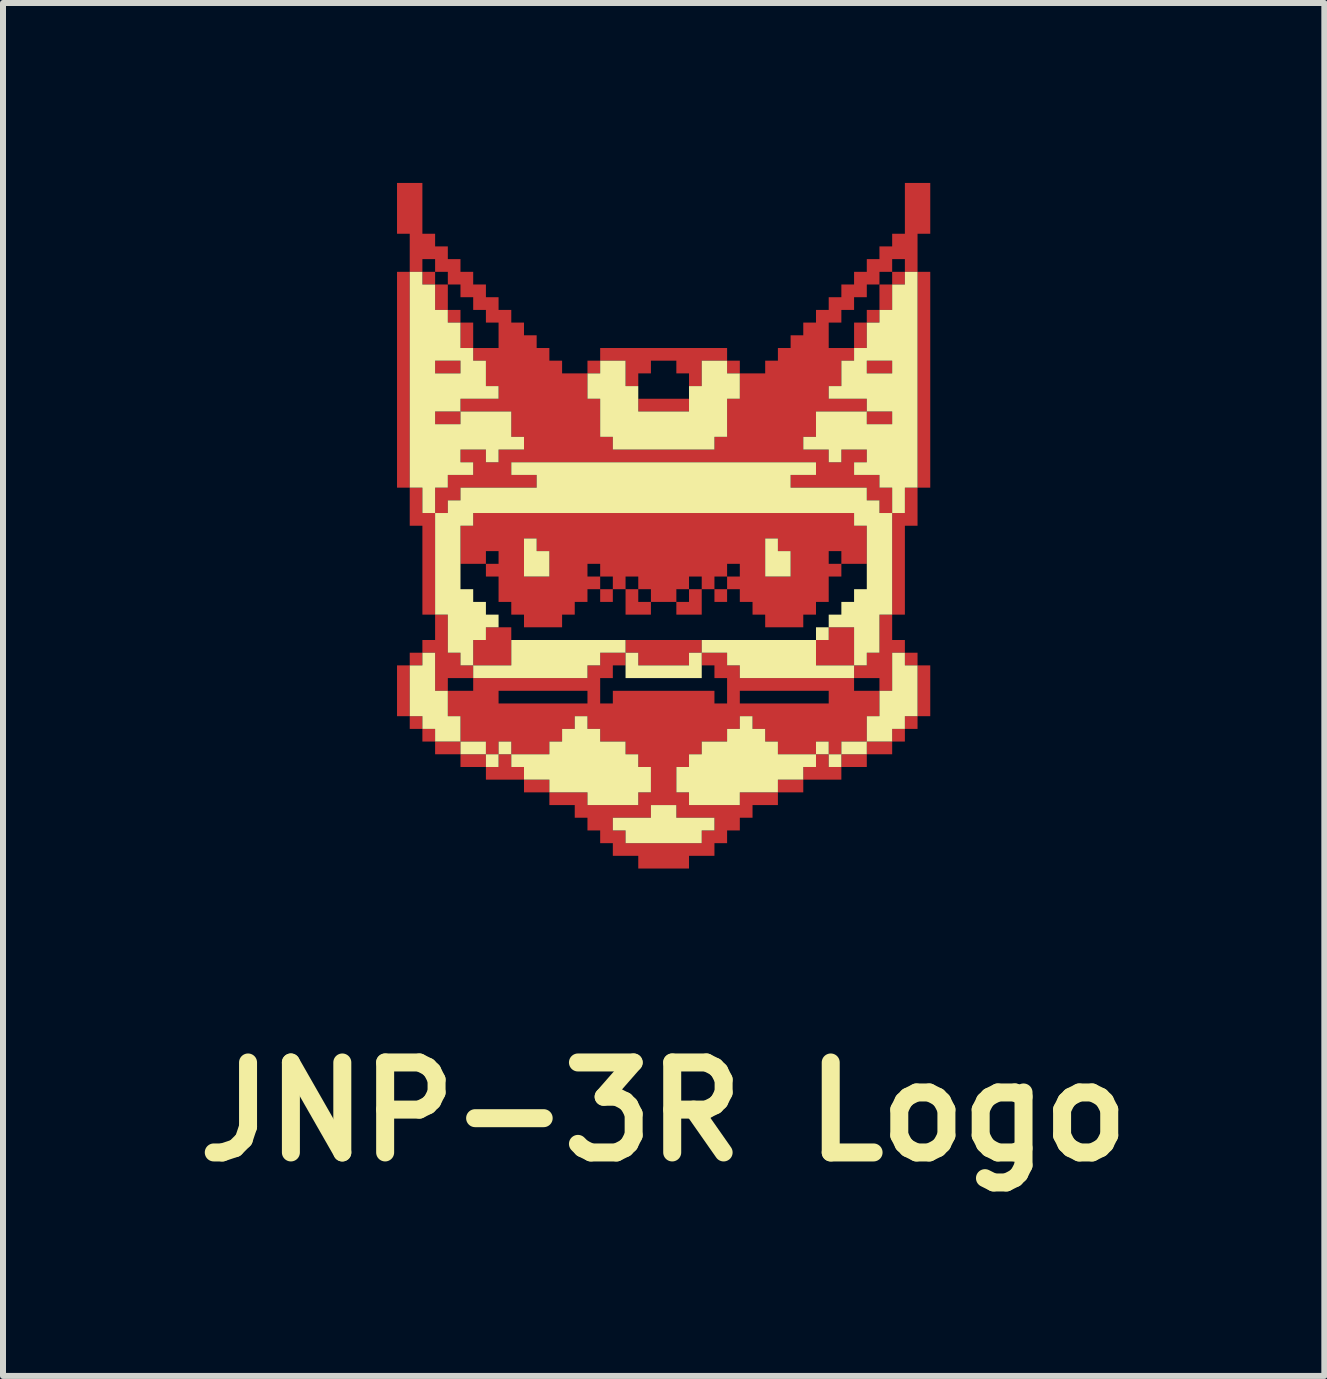
<source format=kicad_pcb>
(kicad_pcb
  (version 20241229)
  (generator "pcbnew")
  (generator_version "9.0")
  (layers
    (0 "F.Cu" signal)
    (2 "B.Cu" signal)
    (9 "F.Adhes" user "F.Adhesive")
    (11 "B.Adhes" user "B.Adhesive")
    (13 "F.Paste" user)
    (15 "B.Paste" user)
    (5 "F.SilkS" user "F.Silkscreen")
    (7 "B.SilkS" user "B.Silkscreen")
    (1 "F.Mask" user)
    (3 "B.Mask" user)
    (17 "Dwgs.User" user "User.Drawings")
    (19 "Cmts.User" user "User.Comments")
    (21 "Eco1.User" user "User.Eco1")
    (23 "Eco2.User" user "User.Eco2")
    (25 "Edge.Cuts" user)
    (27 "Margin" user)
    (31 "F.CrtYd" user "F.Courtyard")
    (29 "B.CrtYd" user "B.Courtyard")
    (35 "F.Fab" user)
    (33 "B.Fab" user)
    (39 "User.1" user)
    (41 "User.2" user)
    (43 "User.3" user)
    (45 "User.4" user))
  (footprint "JNP-3R Logo"
    (layer "F.Cu")
    (at 8.014 6.985)
    (property "Reference" "JNP-3R Logo" (at 0 8.5 0) (layer "F.SilkS") (effects (font (size 1.5 1.5) (thickness 0.3))))
    (attr board_only exclude_from_pos_files exclude_from_bom)
    (fp_poly (pts (xy -4.022 2.011) (xy -4.022 2.117) (xy -4.128 2.117) (xy -4.233 2.117) (xy -4.233 2.011) (xy -4.233 1.905) (xy -4.128 1.905) (xy -4.022 1.905)) (stroke (width 0) (type solid)) (fill yes) (layer "F.Cu"))
    (fp_poly (pts (xy -3.81 -5.397) (xy -3.81 -5.292) (xy -3.916 -5.292) (xy -4.022 -5.292) (xy -4.022 -5.397) (xy -4.022 -5.503) (xy -3.916 -5.503) (xy -3.81 -5.503)) (stroke (width 0) (type solid)) (fill yes) (layer "F.Cu"))
    (fp_poly (pts (xy -3.598 -5.08) (xy -3.598 -4.868) (xy -3.704 -4.868) (xy -3.81 -4.868) (xy -3.81 -5.08) (xy -3.81 -5.292) (xy -3.704 -5.292) (xy -3.598 -5.292)) (stroke (width 0) (type solid)) (fill yes) (layer "F.Cu"))
    (fp_poly (pts (xy -3.387 -4.763) (xy -3.387 -4.657) (xy -3.493 -4.657) (xy -3.598 -4.657) (xy -3.598 -4.763) (xy -3.598 -4.868) (xy -3.493 -4.868) (xy -3.387 -4.868)) (stroke (width 0) (type solid)) (fill yes) (layer "F.Cu"))
    (fp_poly (pts (xy -3.387 -3.916) (xy -3.387 -3.81) (xy -3.598 -3.81) (xy -3.81 -3.81) (xy -3.81 -3.916) (xy -3.81 -4.022) (xy -3.598 -4.022) (xy -3.387 -4.022)) (stroke (width 0) (type solid)) (fill yes) (layer "F.Cu"))
    (fp_poly (pts (xy -3.387 -3.069) (xy -3.387 -2.963) (xy -3.598 -2.963) (xy -3.81 -2.963) (xy -3.81 -3.069) (xy -3.81 -3.175) (xy -3.598 -3.175) (xy -3.387 -3.175)) (stroke (width 0) (type solid)) (fill yes) (layer "F.Cu"))
    (fp_poly (pts (xy -3.175 -4.445) (xy -3.175 -4.233) (xy -3.281 -4.233) (xy -3.387 -4.233) (xy -3.387 -4.445) (xy -3.387 -4.657) (xy -3.281 -4.657) (xy -3.175 -4.657)) (stroke (width 0) (type solid)) (fill yes) (layer "F.Cu"))
    (fp_poly (pts (xy -1.905 3.069) (xy -1.905 3.175) (xy -2.117 3.175) (xy -2.328 3.175) (xy -2.328 3.069) (xy -2.328 2.963) (xy -2.117 2.963) (xy -1.905 2.963)) (stroke (width 0) (type solid)) (fill yes) (layer "F.Cu"))
    (fp_poly (pts (xy 0.423 -3.281) (xy 0.423 -3.175) (xy 0 -3.175) (xy -0.423 -3.175) (xy -0.423 -3.281) (xy -0.423 -3.387) (xy 0 -3.387) (xy 0.423 -3.387)) (stroke (width 0) (type solid)) (fill yes) (layer "F.Cu"))
    (fp_poly (pts (xy 3.81 -3.916) (xy 3.81 -3.81) (xy 3.598 -3.81) (xy 3.387 -3.81) (xy 3.387 -3.916) (xy 3.387 -4.022) (xy 3.598 -4.022) (xy 3.81 -4.022)) (stroke (width 0) (type solid)) (fill yes) (layer "F.Cu"))
    (fp_poly (pts (xy 3.81 -3.069) (xy 3.81 -2.963) (xy 3.598 -2.963) (xy 3.387 -2.963) (xy 3.387 -3.069) (xy 3.387 -3.175) (xy 3.598 -3.175) (xy 3.81 -3.175)) (stroke (width 0) (type solid)) (fill yes) (layer "F.Cu"))
    (fp_poly (pts (xy 4.233 0.953) (xy 4.233 1.058) (xy 4.128 1.058) (xy 4.022 1.058) (xy 4.022 0.953) (xy 4.022 0.847) (xy 4.128 0.847) (xy 4.233 0.847)) (stroke (width 0) (type solid)) (fill yes) (layer "F.Cu"))
    (fp_poly (pts (xy -2.54 0.741) (xy -2.54 1.058) (xy -2.857 1.058) (xy -3.175 1.058) (xy -3.175 0.847) (xy -3.175 0.635) (xy -3.069 0.635) (xy -2.963 0.635) (xy -2.963 0.529) (xy -2.963 0.423) (xy -2.752 0.423) (xy -2.54 0.423)) (stroke (width 0) (type solid)) (fill yes) (layer "F.Cu"))
    (fp_poly (pts (xy 3.175 0.741) (xy 3.175 1.058) (xy 2.857 1.058) (xy 2.54 1.058) (xy 2.54 0.847) (xy 2.54 0.635) (xy 2.646 0.635) (xy 2.752 0.635) (xy 2.752 0.529) (xy 2.752 0.423) (xy 2.963 0.423) (xy 3.175 0.423)) (stroke (width 0) (type solid)) (fill yes) (layer "F.Cu"))
    (fp_poly (pts (xy -4.022 -1.693) (xy -4.022 -1.482) (xy -3.916 -1.482) (xy -3.81 -1.482) (xy -3.81 -0.635) (xy -3.81 0.212) (xy -3.916 0.212) (xy -4.022 0.212) (xy -4.022 -0.529) (xy -4.022 -1.27) (xy -4.128 -1.27) (xy -4.233 -1.27) (xy -4.233 -1.587) (xy -4.233 -1.905) (xy -4.128 -1.905) (xy -4.022 -1.905)) (stroke (width 0) (type solid)) (fill yes) (layer "F.Cu"))
    (fp_poly (pts (xy 0.635 0.741) (xy 0.635 0.847) (xy 0.529 0.847) (xy 0.423 0.847) (xy 0.423 0.953) (xy 0.423 1.058) (xy 0 1.058) (xy -0.423 1.058) (xy -0.423 0.953) (xy -0.423 0.847) (xy -0.529 0.847) (xy -0.635 0.847) (xy -0.635 0.741) (xy -0.635 0.635) (xy 0 0.635) (xy 0.635 0.635)) (stroke (width 0) (type solid)) (fill yes) (layer "F.Cu"))
    (fp_poly (pts (xy -2.963 2.646) (xy -2.963 2.752) (xy -2.857 2.752) (xy -2.752 2.752) (xy -2.752 2.646) (xy -2.752 2.54) (xy -2.646 2.54) (xy -2.54 2.54) (xy -2.54 2.646) (xy -2.54 2.752) (xy -2.434 2.752) (xy -2.328 2.752) (xy -2.328 2.857) (xy -2.328 2.963) (xy -2.646 2.963) (xy -2.963 2.963) (xy -2.963 2.857) (xy -2.963 2.752) (xy -3.175 2.752) (xy -3.387 2.752) (xy -3.387 2.646) (xy -3.387 2.54) (xy -3.175 2.54) (xy -2.963 2.54)) (stroke (width 0) (type solid)) (fill yes) (layer "F.Cu"))
    (fp_poly (pts (xy 4.022 -5.397) (xy 4.022 -5.292) (xy 3.916 -5.292) (xy 3.81 -5.292) (xy 3.81 -5.08) (xy 3.81 -4.868) (xy 3.704 -4.868) (xy 3.598 -4.868) (xy 3.598 -4.763) (xy 3.598 -4.657) (xy 3.493 -4.657) (xy 3.387 -4.657) (xy 3.387 -4.445) (xy 3.387 -4.233) (xy 3.281 -4.233) (xy 3.175 -4.233) (xy 3.175 -4.445) (xy 3.175 -4.657) (xy 3.281 -4.657) (xy 3.387 -4.657) (xy 3.387 -4.763) (xy 3.387 -4.868) (xy 3.493 -4.868) (xy 3.598 -4.868) (xy 3.598 -5.08) (xy 3.598 -5.292) (xy 3.704 -5.292) (xy 3.81 -5.292) (xy 3.81 -5.397) (xy 3.81 -5.503) (xy 3.916 -5.503) (xy 4.022 -5.503)) (stroke (width 0) (type solid)) (fill yes) (layer "F.Cu"))
    (fp_poly (pts (xy -3.598 0.529) (xy -3.598 0.847) (xy -3.493 0.847) (xy -3.387 0.847) (xy -3.387 0.953) (xy -3.387 1.058) (xy -3.281 1.058) (xy -3.175 1.058) (xy -3.175 1.164) (xy -3.175 1.27) (xy -3.387 1.27) (xy -3.598 1.27) (xy -3.598 1.376) (xy -3.598 1.482) (xy -3.704 1.482) (xy -3.81 1.482) (xy -3.81 1.164) (xy -3.81 0.847) (xy -3.916 0.847) (xy -4.022 0.847) (xy -4.022 0.953) (xy -4.022 1.058) (xy -4.128 1.058) (xy -4.233 1.058) (xy -4.233 1.482) (xy -4.233 1.905) (xy -4.339 1.905) (xy -4.445 1.905) (xy -4.445 1.482) (xy -4.445 1.058) (xy -4.339 1.058) (xy -4.233 1.058) (xy -4.233 0.953) (xy -4.233 0.847) (xy -4.128 0.847) (xy -4.022 0.847) (xy -4.022 0.741) (xy -4.022 0.635) (xy -3.916 0.635) (xy -3.81 0.635) (xy -3.81 0.423) (xy -3.81 0.212) (xy -3.704 0.212) (xy -3.598 0.212)) (stroke (width 0) (type solid)) (fill yes) (layer "F.Cu"))
    (fp_poly (pts (xy 3.175 -1.376) (xy 3.175 -1.27) (xy 3.281 -1.27) (xy 3.387 -1.27) (xy 3.387 -0.953) (xy 3.387 -0.635) (xy 3.175 -0.635) (xy 2.963 -0.635) (xy 2.963 -0.529) (xy 2.963 -0.423) (xy 2.857 -0.423) (xy 2.752 -0.423) (xy 2.752 -0.212) (xy 2.752 0) (xy 2.646 0) (xy 2.54 0) (xy 2.54 0.106) (xy 2.54 0.212) (xy 2.434 0.212) (xy 2.328 0.212) (xy 2.328 0.318) (xy 2.328 0.423) (xy 2.011 0.423) (xy 1.693 0.423) (xy 1.693 0.318) (xy 1.693 0.212) (xy 1.587 0.212) (xy 1.482 0.212) (xy 1.482 0.106) (xy 1.482 0) (xy 1.376 0) (xy 1.27 0) (xy 1.27 -0.106) (xy 1.27 -0.212) (xy 1.164 -0.212) (xy 1.058 -0.212) (xy 1.058 -0.106) (xy 1.058 0) (xy 0.953 0) (xy 0.847 0) (xy 0.847 -0.106) (xy 0.847 -0.212) (xy 0.741 -0.212) (xy 0.635 -0.212) (xy 0.635 0) (xy 0.635 0.212) (xy 0.423 0.212) (xy 0.212 0.212) (xy 0.212 0.106) (xy 0.212 0) (xy 0 0) (xy -0.212 0) (xy -0.212 0.106) (xy -0.212 0.212) (xy -0.423 0.212) (xy -0.635 0.212) (xy -0.635 0) (xy -0.635 -0.106) (xy -0.423 -0.106) (xy -0.423 0) (xy -0.318 0) (xy -0.212 0) (xy -0.212 -0.106) (xy -0.212 -0.212) (xy 0.212 -0.212) (xy 0.212 -0.106) (xy 0.212 0) (xy 0.318 0) (xy 0.423 0) (xy 0.423 -0.106) (xy 0.423 -0.212) (xy 0.529 -0.212) (xy 0.635 -0.212) (xy 0.635 -0.318) (xy 0.635 -0.423) (xy 0.847 -0.423) (xy 0.847 -0.318) (xy 0.847 -0.212) (xy 0.953 -0.212) (xy 1.058 -0.212) (xy 1.058 -0.318) (xy 1.058 -0.423) (xy 1.164 -0.423) (xy 1.27 -0.423) (xy 1.27 -0.529) (xy 1.27 -0.635) (xy 1.164 -0.635) (xy 1.058 -0.635) (xy 1.058 -0.529) (xy 1.058 -0.423) (xy 0.953 -0.423) (xy 0.847 -0.423) (xy 0.635 -0.423) (xy 0.529 -0.423) (xy 0.423 -0.423) (xy 0.423 -0.318) (xy 0.423 -0.212) (xy 0.318 -0.212) (xy 0.212 -0.212) (xy -0.212 -0.212) (xy -0.318 -0.212) (xy -0.423 -0.212) (xy -0.423 -0.106) (xy -0.635 -0.106) (xy -0.635 -0.212) (xy -0.741 -0.212) (xy -0.847 -0.212) (xy -0.847 -0.106) (xy -0.847 0) (xy -0.953 0) (xy -1.058 0) (xy -1.058 -0.106) (xy -1.058 -0.212) (xy -1.164 -0.212) (xy -1.27 -0.212) (xy -1.27 -0.106) (xy -1.27 0) (xy -1.376 0) (xy -1.482 0) (xy -1.482 0.106) (xy -1.482 0.212) (xy -1.587 0.212) (xy -1.693 0.212) (xy -1.693 0.318) (xy -1.693 0.423) (xy -2.011 0.423) (xy -2.328 0.423) (xy -2.328 0.318) (xy -2.328 0.212) (xy -2.434 0.212) (xy -2.54 0.212) (xy -2.54 0.106) (xy -2.54 0) (xy -2.646 0) (xy -2.752 0) (xy -2.752 -0.212) (xy -2.752 -0.318) (xy -1.058 -0.318) (xy -1.058 -0.212) (xy -0.953 -0.212) (xy -0.847 -0.212) (xy -0.847 -0.318) (xy -0.635 -0.318) (xy -0.635 -0.212) (xy -0.529 -0.212) (xy -0.423 -0.212) (xy -0.423 -0.318) (xy -0.423 -0.423) (xy -0.529 -0.423) (xy -0.635 -0.423) (xy -0.635 -0.318) (xy -0.847 -0.318) (xy -0.847 -0.423) (xy -0.953 -0.423) (xy -1.058 -0.423) (xy -1.058 -0.318) (xy -2.752 -0.318) (xy -2.752 -0.423) (xy -2.857 -0.423) (xy -2.963 -0.423) (xy -2.963 -0.529) (xy -2.963 -0.635) (xy -3.175 -0.635) (xy -3.387 -0.635) (xy -3.387 -0.741) (xy -2.963 -0.741) (xy -2.963 -0.635) (xy -2.857 -0.635) (xy -2.752 -0.635) (xy -2.752 -0.741) (xy -2.328 -0.741) (xy -2.328 -0.423) (xy -2.117 -0.423) (xy -1.905 -0.423) (xy -1.905 -0.529) (xy -1.27 -0.529) (xy -1.27 -0.423) (xy -1.164 -0.423) (xy -1.058 -0.423) (xy -1.058 -0.529) (xy -1.058 -0.635) (xy -1.164 -0.635) (xy -1.27 -0.635) (xy -1.27 -0.529) (xy -1.905 -0.529) (xy -1.905 -0.635) (xy -1.905 -0.741) (xy 1.693 -0.741) (xy 1.693 -0.423) (xy 1.905 -0.423) (xy 2.117 -0.423) (xy 2.117 -0.635) (xy 2.117 -0.741) (xy 2.752 -0.741) (xy 2.752 -0.635) (xy 2.857 -0.635) (xy 2.963 -0.635) (xy 2.963 -0.741) (xy 2.963 -0.847) (xy 2.857 -0.847) (xy 2.752 -0.847) (xy 2.752 -0.741) (xy 2.117 -0.741) (xy 2.117 -0.847) (xy 2.011 -0.847) (xy 1.905 -0.847) (xy 1.905 -0.953) (xy 1.905 -1.058) (xy 1.799 -1.058) (xy 1.693 -1.058) (xy 1.693 -0.741) (xy -1.905 -0.741) (xy -1.905 -0.847) (xy -2.011 -0.847) (xy -2.117 -0.847) (xy -2.117 -0.953) (xy -2.117 -1.058) (xy -2.223 -1.058) (xy -2.328 -1.058) (xy -2.328 -0.741) (xy -2.752 -0.741) (xy -2.752 -0.847) (xy -2.857 -0.847) (xy -2.963 -0.847) (xy -2.963 -0.741) (xy -3.387 -0.741) (xy -3.387 -0.953) (xy -3.387 -1.27) (xy -3.281 -1.27) (xy -3.175 -1.27) (xy -3.175 -1.376) (xy -3.175 -1.482) (xy 0 -1.482) (xy 3.175 -1.482)) (stroke (width 0) (type solid)) (fill yes) (layer "F.Cu"))
    (fp_poly (pts (xy -4.022 -6.562) (xy -4.022 -6.138) (xy -3.916 -6.138) (xy -3.81 -6.138) (xy -3.81 -6.032) (xy -3.81 -5.927) (xy -3.704 -5.927) (xy -3.598 -5.927) (xy -3.598 -5.821) (xy -3.598 -5.715) (xy -3.493 -5.715) (xy -3.387 -5.715) (xy -3.387 -5.609) (xy -3.387 -5.503) (xy -3.281 -5.503) (xy -3.175 -5.503) (xy -3.175 -5.397) (xy -3.175 -5.292) (xy -3.069 -5.292) (xy -2.963 -5.292) (xy -2.963 -5.186) (xy -2.963 -5.08) (xy -2.857 -5.08) (xy -2.752 -5.08) (xy -2.752 -4.974) (xy -2.752 -4.868) (xy -2.646 -4.868) (xy -2.54 -4.868) (xy -2.54 -4.763) (xy -2.54 -4.657) (xy -2.434 -4.657) (xy -2.328 -4.657) (xy -2.328 -4.551) (xy -2.328 -4.445) (xy -2.223 -4.445) (xy -2.117 -4.445) (xy -2.117 -4.339) (xy -2.117 -4.233) (xy -2.011 -4.233) (xy -1.905 -4.233) (xy -1.905 -4.128) (xy -1.905 -4.022) (xy -1.799 -4.022) (xy -1.693 -4.022) (xy -1.693 -3.916) (xy -1.693 -3.81) (xy -1.482 -3.81) (xy -1.27 -3.81) (xy -1.27 -3.916) (xy -1.27 -4.022) (xy -1.164 -4.022) (xy -1.058 -4.022) (xy -1.058 -4.128) (xy -1.058 -4.233) (xy 0 -4.233) (xy 1.058 -4.233) (xy 1.058 -4.128) (xy 1.058 -4.022) (xy 0.847 -4.022) (xy 0.635 -4.022) (xy 0.635 -3.81) (xy 0.635 -3.598) (xy 0.529 -3.598) (xy 0.423 -3.598) (xy 0.423 -3.704) (xy 0.423 -3.81) (xy 0.318 -3.81) (xy 0.212 -3.81) (xy 0.212 -3.916) (xy 0.212 -4.022) (xy 0 -4.022) (xy -0.212 -4.022) (xy -0.212 -3.916) (xy -0.212 -3.81) (xy -0.318 -3.81) (xy -0.423 -3.81) (xy -0.423 -3.704) (xy -0.423 -3.598) (xy -0.529 -3.598) (xy -0.635 -3.598) (xy -0.635 -3.81) (xy -0.635 -4.022) (xy -0.847 -4.022) (xy -1.058 -4.022) (xy -1.058 -3.916) (xy -1.058 -3.81) (xy -1.164 -3.81) (xy -1.27 -3.81) (xy -1.27 -3.598) (xy -1.27 -3.387) (xy -1.164 -3.387) (xy -1.058 -3.387) (xy -1.058 -3.069) (xy -1.058 -2.752) (xy -0.953 -2.752) (xy -0.847 -2.752) (xy -0.847 -2.646) (xy -0.847 -2.54) (xy 0 -2.54) (xy 0.847 -2.54) (xy 0.847 -2.646) (xy 0.847 -2.752) (xy 0.953 -2.752) (xy 1.058 -2.752) (xy 1.058 -3.069) (xy 1.058 -3.387) (xy 1.164 -3.387) (xy 1.27 -3.387) (xy 1.27 -3.598) (xy 1.27 -3.81) (xy 1.164 -3.81) (xy 1.058 -3.81) (xy 1.058 -3.916) (xy 1.058 -4.022) (xy 1.164 -4.022) (xy 1.27 -4.022) (xy 1.27 -3.916) (xy 1.27 -3.81) (xy 1.482 -3.81) (xy 1.693 -3.81) (xy 1.693 -3.916) (xy 1.693 -4.022) (xy 1.799 -4.022) (xy 1.905 -4.022) (xy 1.905 -4.128) (xy 1.905 -4.233) (xy 2.011 -4.233) (xy 2.117 -4.233) (xy 2.117 -4.339) (xy 2.117 -4.445) (xy 2.223 -4.445) (xy 2.328 -4.445) (xy 2.328 -4.551) (xy 2.328 -4.657) (xy 2.434 -4.657) (xy 2.54 -4.657) (xy 2.54 -4.763) (xy 2.54 -4.868) (xy 2.646 -4.868) (xy 2.752 -4.868) (xy 2.752 -4.974) (xy 2.752 -5.08) (xy 2.857 -5.08) (xy 2.963 -5.08) (xy 2.963 -5.186) (xy 2.963 -5.292) (xy 3.069 -5.292) (xy 3.175 -5.292) (xy 3.175 -5.397) (xy 3.175 -5.503) (xy 3.281 -5.503) (xy 3.387 -5.503) (xy 3.387 -5.609) (xy 3.387 -5.715) (xy 3.493 -5.715) (xy 3.598 -5.715) (xy 3.598 -5.821) (xy 3.598 -5.927) (xy 3.704 -5.927) (xy 3.81 -5.927) (xy 3.81 -6.032) (xy 3.81 -6.138) (xy 3.916 -6.138) (xy 4.022 -6.138) (xy 4.022 -6.562) (xy 4.022 -6.985) (xy 4.233 -6.985) (xy 4.445 -6.985) (xy 4.445 -6.562) (xy 4.445 -6.138) (xy 4.339 -6.138) (xy 4.233 -6.138) (xy 4.233 -5.821) (xy 4.233 -5.503) (xy 4.128 -5.503) (xy 4.022 -5.503) (xy 4.022 -5.609) (xy 4.022 -5.715) (xy 3.916 -5.715) (xy 3.81 -5.715) (xy 3.81 -5.609) (xy 3.81 -5.503) (xy 3.704 -5.503) (xy 3.598 -5.503) (xy 3.598 -5.397) (xy 3.598 -5.292) (xy 3.493 -5.292) (xy 3.387 -5.292) (xy 3.387 -5.186) (xy 3.387 -5.08) (xy 3.281 -5.08) (xy 3.175 -5.08) (xy 3.175 -4.974) (xy 3.175 -4.868) (xy 3.069 -4.868) (xy 2.963 -4.868) (xy 2.963 -4.763) (xy 2.963 -4.657) (xy 2.857 -4.657) (xy 2.752 -4.657) (xy 2.752 -4.445) (xy 2.752 -4.233) (xy 2.963 -4.233) (xy 3.175 -4.233) (xy 3.175 -4.128) (xy 3.175 -4.022) (xy 3.069 -4.022) (xy 2.963 -4.022) (xy 2.963 -3.81) (xy 2.963 -3.598) (xy 2.857 -3.598) (xy 2.752 -3.598) (xy 2.752 -3.493) (xy 2.752 -3.387) (xy 3.069 -3.387) (xy 3.387 -3.387) (xy 3.387 -3.281) (xy 3.387 -3.175) (xy 2.963 -3.175) (xy 2.54 -3.175) (xy 2.54 -2.963) (xy 2.54 -2.752) (xy 2.434 -2.752) (xy 2.328 -2.752) (xy 2.328 -2.646) (xy 2.328 -2.54) (xy 2.54 -2.54) (xy 2.752 -2.54) (xy 2.752 -2.434) (xy 2.752 -2.328) (xy 2.857 -2.328) (xy 2.963 -2.328) (xy 2.963 -2.434) (xy 2.963 -2.54) (xy 3.175 -2.54) (xy 3.387 -2.54) (xy 3.387 -2.434) (xy 3.387 -2.328) (xy 3.281 -2.328) (xy 3.175 -2.328) (xy 3.175 -2.223) (xy 3.175 -2.117) (xy 3.387 -2.117) (xy 3.598 -2.117) (xy 3.598 -2.011) (xy 3.598 -1.905) (xy 3.704 -1.905) (xy 3.81 -1.905) (xy 3.81 -1.693) (xy 3.81 -1.482) (xy 3.704 -1.482) (xy 3.598 -1.482) (xy 3.598 -1.587) (xy 3.598 -1.693) (xy 3.493 -1.693) (xy 3.387 -1.693) (xy 3.387 -1.799) (xy 3.387 -1.905) (xy 2.752 -1.905) (xy 2.117 -1.905) (xy 2.117 -2.011) (xy 2.117 -2.117) (xy 2.328 -2.117) (xy 2.54 -2.117) (xy 2.54 -2.223) (xy 2.54 -2.328) (xy 0 -2.328) (xy -2.54 -2.328) (xy -2.54 -2.223) (xy -2.54 -2.117) (xy -2.328 -2.117) (xy -2.117 -2.117) (xy -2.117 -2.011) (xy -2.117 -1.905) (xy -2.752 -1.905) (xy -3.387 -1.905) (xy -3.387 -1.799) (xy -3.387 -1.693) (xy -3.493 -1.693) (xy -3.598 -1.693) (xy -3.598 -1.587) (xy -3.598 -1.482) (xy -3.704 -1.482) (xy -3.81 -1.482) (xy -3.81 -1.693) (xy -3.81 -1.905) (xy -3.704 -1.905) (xy -3.598 -1.905) (xy -3.598 -2.011) (xy -3.598 -2.117) (xy -3.387 -2.117) (xy -3.175 -2.117) (xy -3.175 -2.223) (xy -3.175 -2.328) (xy -3.281 -2.328) (xy -3.387 -2.328) (xy -3.387 -2.434) (xy -3.387 -2.54) (xy -3.175 -2.54) (xy -2.963 -2.54) (xy -2.963 -2.434) (xy -2.963 -2.328) (xy -2.857 -2.328) (xy -2.752 -2.328) (xy -2.752 -2.434) (xy -2.752 -2.54) (xy -2.54 -2.54) (xy -2.328 -2.54) (xy -2.328 -2.646) (xy -2.328 -2.752) (xy -2.434 -2.752) (xy -2.54 -2.752) (xy -2.54 -2.963) (xy -2.54 -3.175) (xy -2.963 -3.175) (xy -3.387 -3.175) (xy -3.387 -3.281) (xy -3.387 -3.387) (xy -3.069 -3.387) (xy -2.752 -3.387) (xy -2.752 -3.493) (xy -2.752 -3.598) (xy -2.857 -3.598) (xy -2.963 -3.598) (xy -2.963 -3.81) (xy -2.963 -4.022) (xy -3.069 -4.022) (xy -3.175 -4.022) (xy -3.175 -4.128) (xy -3.175 -4.233) (xy -2.963 -4.233) (xy -2.752 -4.233) (xy -2.752 -4.445) (xy -2.752 -4.657) (xy -2.857 -4.657) (xy -2.963 -4.657) (xy -2.963 -4.763) (xy -2.963 -4.868) (xy -3.069 -4.868) (xy -3.175 -4.868) (xy -3.175 -4.974) (xy -3.175 -5.08) (xy -3.281 -5.08) (xy -3.387 -5.08) (xy -3.387 -5.186) (xy -3.387 -5.292) (xy -3.493 -5.292) (xy -3.598 -5.292) (xy -3.598 -5.397) (xy -3.598 -5.503) (xy -3.704 -5.503) (xy -3.81 -5.503) (xy -3.81 -5.609) (xy -3.81 -5.715) (xy -3.916 -5.715) (xy -4.022 -5.715) (xy -4.022 -5.609) (xy -4.022 -5.503) (xy -4.128 -5.503) (xy -4.233 -5.503) (xy -4.233 -3.704) (xy -4.233 -1.905) (xy -4.339 -1.905) (xy -4.445 -1.905) (xy -4.445 -3.704) (xy -4.445 -5.503) (xy -4.339 -5.503) (xy -4.233 -5.503) (xy -4.233 -5.821) (xy -4.233 -6.138) (xy -4.339 -6.138) (xy -4.445 -6.138) (xy -4.445 -6.562) (xy -4.445 -6.985) (xy -4.233 -6.985) (xy -4.022 -6.985)) (stroke (width 0) (type solid)) (fill yes) (layer "F.Cu"))
    (fp_poly (pts (xy 4.445 -3.704) (xy 4.445 -1.905) (xy 4.339 -1.905) (xy 4.233 -1.905) (xy 4.233 -1.587) (xy 4.233 -1.27) (xy 4.128 -1.27) (xy 4.022 -1.27) (xy 4.022 -0.529) (xy 4.022 0.212) (xy 3.916 0.212) (xy 3.81 0.212) (xy 3.81 0.423) (xy 3.81 0.635) (xy 3.916 0.635) (xy 4.022 0.635) (xy 4.022 0.741) (xy 4.022 0.847) (xy 3.916 0.847) (xy 3.81 0.847) (xy 3.81 1.164) (xy 3.81 1.482) (xy 3.704 1.482) (xy 3.598 1.482) (xy 3.598 1.376) (xy 3.598 1.27) (xy 3.387 1.27) (xy 3.175 1.27) (xy 3.175 1.376) (xy 3.175 1.482) (xy 3.387 1.482) (xy 3.598 1.482) (xy 3.598 1.693) (xy 3.598 1.905) (xy 3.493 1.905) (xy 3.387 1.905) (xy 3.387 2.117) (xy 3.387 2.328) (xy 3.175 2.328) (xy 2.963 2.328) (xy 2.963 2.434) (xy 2.963 2.54) (xy 2.857 2.54) (xy 2.752 2.54) (xy 2.752 2.434) (xy 2.752 2.328) (xy 2.646 2.328) (xy 2.54 2.328) (xy 2.54 2.434) (xy 2.54 2.54) (xy 2.223 2.54) (xy 1.905 2.54) (xy 1.905 2.434) (xy 1.905 2.328) (xy 1.799 2.328) (xy 1.693 2.328) (xy 1.693 2.223) (xy 1.693 2.117) (xy 1.587 2.117) (xy 1.482 2.117) (xy 1.482 2.011) (xy 1.482 1.905) (xy 1.376 1.905) (xy 1.27 1.905) (xy 1.27 2.011) (xy 1.27 2.117) (xy 1.164 2.117) (xy 1.058 2.117) (xy 1.058 2.223) (xy 1.058 2.328) (xy 0.847 2.328) (xy 0.635 2.328) (xy 0.635 2.434) (xy 0.635 2.54) (xy 0.529 2.54) (xy 0.423 2.54) (xy 0.423 2.646) (xy 0.423 2.752) (xy 0.318 2.752) (xy 0.212 2.752) (xy 0.212 2.963) (xy 0.212 3.175) (xy 0.318 3.175) (xy 0.423 3.175) (xy 0.423 3.281) (xy 0.423 3.387) (xy 0.847 3.387) (xy 1.27 3.387) (xy 1.27 3.281) (xy 1.27 3.175) (xy 1.587 3.175) (xy 1.905 3.175) (xy 1.905 3.069) (xy 1.905 2.963) (xy 2.117 2.963) (xy 2.328 2.963) (xy 2.328 2.857) (xy 2.328 2.752) (xy 2.434 2.752) (xy 2.54 2.752) (xy 2.54 2.646) (xy 2.54 2.54) (xy 2.646 2.54) (xy 2.752 2.54) (xy 2.752 2.646) (xy 2.752 2.752) (xy 2.857 2.752) (xy 2.963 2.752) (xy 2.963 2.646) (xy 2.963 2.54) (xy 3.175 2.54) (xy 3.387 2.54) (xy 3.387 2.434) (xy 3.387 2.328) (xy 3.598 2.328) (xy 3.81 2.328) (xy 3.81 2.223) (xy 3.81 2.117) (xy 3.916 2.117) (xy 4.022 2.117) (xy 4.022 2.011) (xy 4.022 1.905) (xy 4.128 1.905) (xy 4.233 1.905) (xy 4.233 1.482) (xy 4.233 1.058) (xy 4.339 1.058) (xy 4.445 1.058) (xy 4.445 1.482) (xy 4.445 1.905) (xy 4.339 1.905) (xy 4.233 1.905) (xy 4.233 2.011) (xy 4.233 2.117) (xy 4.128 2.117) (xy 4.022 2.117) (xy 4.022 2.223) (xy 4.022 2.328) (xy 3.916 2.328) (xy 3.81 2.328) (xy 3.81 2.434) (xy 3.81 2.54) (xy 3.598 2.54) (xy 3.387 2.54) (xy 3.387 2.646) (xy 3.387 2.752) (xy 3.175 2.752) (xy 2.963 2.752) (xy 2.963 2.857) (xy 2.963 2.963) (xy 2.646 2.963) (xy 2.328 2.963) (xy 2.328 3.069) (xy 2.328 3.175) (xy 2.117 3.175) (xy 1.905 3.175) (xy 1.905 3.281) (xy 1.905 3.387) (xy 1.693 3.387) (xy 1.482 3.387) (xy 1.482 3.493) (xy 1.482 3.598) (xy 1.376 3.598) (xy 1.27 3.598) (xy 1.27 3.704) (xy 1.27 3.81) (xy 1.164 3.81) (xy 1.058 3.81) (xy 1.058 3.916) (xy 1.058 4.022) (xy 0.953 4.022) (xy 0.847 4.022) (xy 0.847 4.128) (xy 0.847 4.233) (xy 0.635 4.233) (xy 0.423 4.233) (xy 0.423 4.339) (xy 0.423 4.445) (xy 0 4.445) (xy -0.423 4.445) (xy -0.423 4.339) (xy -0.423 4.233) (xy -0.635 4.233) (xy -0.847 4.233) (xy -0.847 4.128) (xy -0.847 4.022) (xy -0.953 4.022) (xy -1.058 4.022) (xy -1.058 3.916) (xy -1.058 3.81) (xy -1.164 3.81) (xy -1.27 3.81) (xy -1.27 3.704) (xy -1.27 3.598) (xy -0.847 3.598) (xy -0.847 3.704) (xy -0.847 3.81) (xy -0.741 3.81) (xy -0.635 3.81) (xy -0.635 3.916) (xy -0.635 4.022) (xy 0 4.022) (xy 0.635 4.022) (xy 0.635 3.916) (xy 0.635 3.81) (xy 0.741 3.81) (xy 0.847 3.81) (xy 0.847 3.704) (xy 0.847 3.598) (xy 0.529 3.598) (xy 0.212 3.598) (xy 0.212 3.493) (xy 0.212 3.387) (xy 0 3.387) (xy -0.212 3.387) (xy -0.212 3.493) (xy -0.212 3.598) (xy -0.529 3.598) (xy -0.847 3.598) (xy -1.27 3.598) (xy -1.376 3.598) (xy -1.482 3.598) (xy -1.482 3.493) (xy -1.482 3.387) (xy -1.693 3.387) (xy -1.905 3.387) (xy -1.905 3.281) (xy -1.905 3.175) (xy -1.587 3.175) (xy -1.27 3.175) (xy -1.27 3.281) (xy -1.27 3.387) (xy -0.847 3.387) (xy -0.423 3.387) (xy -0.423 3.281) (xy -0.423 3.175) (xy -0.318 3.175) (xy -0.212 3.175) (xy -0.212 2.963) (xy -0.212 2.752) (xy -0.318 2.752) (xy -0.423 2.752) (xy -0.423 2.646) (xy -0.423 2.54) (xy -0.529 2.54) (xy -0.635 2.54) (xy -0.635 2.434) (xy -0.635 2.328) (xy -0.847 2.328) (xy -1.058 2.328) (xy -1.058 2.223) (xy -1.058 2.117) (xy -1.164 2.117) (xy -1.27 2.117) (xy -1.27 2.011) (xy -1.27 1.905) (xy -1.376 1.905) (xy -1.482 1.905) (xy -1.482 2.011) (xy -1.482 2.117) (xy -1.587 2.117) (xy -1.693 2.117) (xy -1.693 2.223) (xy -1.693 2.328) (xy -1.799 2.328) (xy -1.905 2.328) (xy -1.905 2.434) (xy -1.905 2.54) (xy -2.223 2.54) (xy -2.54 2.54) (xy -2.54 2.434) (xy -2.54 2.328) (xy -2.646 2.328) (xy -2.752 2.328) (xy -2.752 2.434) (xy -2.752 2.54) (xy -2.857 2.54) (xy -2.963 2.54) (xy -2.963 2.434) (xy -2.963 2.328) (xy -3.175 2.328) (xy -3.387 2.328) (xy -3.387 2.434) (xy -3.387 2.54) (xy -3.598 2.54) (xy -3.81 2.54) (xy -3.81 2.434) (xy -3.81 2.328) (xy -3.916 2.328) (xy -4.022 2.328) (xy -4.022 2.223) (xy -4.022 2.117) (xy -3.916 2.117) (xy -3.81 2.117) (xy -3.81 2.223) (xy -3.81 2.328) (xy -3.598 2.328) (xy -3.387 2.328) (xy -3.387 2.117) (xy -3.387 1.905) (xy -3.493 1.905) (xy -3.598 1.905) (xy -3.598 1.693) (xy -3.598 1.587) (xy -2.752 1.587) (xy -2.752 1.693) (xy -2.011 1.693) (xy -1.27 1.693) (xy -1.27 1.587) (xy -1.27 1.482) (xy -2.011 1.482) (xy -2.752 1.482) (xy -2.752 1.587) (xy -3.598 1.587) (xy -3.598 1.482) (xy -3.387 1.482) (xy -3.175 1.482) (xy -3.175 1.376) (xy -3.175 1.27) (xy -2.223 1.27) (xy -1.27 1.27) (xy -1.27 1.164) (xy -1.27 1.058) (xy -1.164 1.058) (xy -1.058 1.058) (xy -1.058 0.953) (xy -1.058 0.847) (xy -0.847 0.847) (xy -0.635 0.847) (xy -0.635 0.953) (xy -0.635 1.058) (xy -0.741 1.058) (xy -0.847 1.058) (xy -0.847 1.164) (xy -0.847 1.27) (xy -0.953 1.27) (xy -1.058 1.27) (xy -1.058 1.482) (xy -1.058 1.693) (xy -0.953 1.693) (xy -0.847 1.693) (xy -0.847 1.587) (xy -0.847 1.482) (xy 0 1.482) (xy 0.847 1.482) (xy 0.847 1.587) (xy 0.847 1.693) (xy 0.953 1.693) (xy 1.058 1.693) (xy 1.058 1.587) (xy 1.27 1.587) (xy 1.27 1.693) (xy 2.011 1.693) (xy 2.752 1.693) (xy 2.752 1.587) (xy 2.752 1.482) (xy 2.011 1.482) (xy 1.27 1.482) (xy 1.27 1.587) (xy 1.058 1.587) (xy 1.058 1.482) (xy 1.058 1.27) (xy 0.953 1.27) (xy 0.847 1.27) (xy 0.847 1.164) (xy 0.847 1.058) (xy 0.741 1.058) (xy 0.635 1.058) (xy 0.635 0.953) (xy 0.635 0.847) (xy 0.847 0.847) (xy 1.058 0.847) (xy 1.058 0.953) (xy 1.058 1.058) (xy 1.164 1.058) (xy 1.27 1.058) (xy 1.27 1.164) (xy 1.27 1.27) (xy 2.223 1.27) (xy 3.175 1.27) (xy 3.175 1.164) (xy 3.175 1.058) (xy 3.281 1.058) (xy 3.387 1.058) (xy 3.387 0.953) (xy 3.387 0.847) (xy 3.493 0.847) (xy 3.598 0.847) (xy 3.598 0.529) (xy 3.598 0.212) (xy 3.704 0.212) (xy 3.81 0.212) (xy 3.81 -0.635) (xy 3.81 -1.482) (xy 3.916 -1.482) (xy 4.022 -1.482) (xy 4.022 -1.693) (xy 4.022 -1.905) (xy 4.128 -1.905) (xy 4.233 -1.905) (xy 4.233 -3.704) (xy 4.233 -5.503) (xy 4.339 -5.503) (xy 4.445 -5.503)) (stroke (width 0) (type solid)) (fill yes) (layer "F.Cu"))
    (fp_poly (pts (xy -4.022 2.011) (xy -4.022 2.117) (xy -4.128 2.117) (xy -4.233 2.117) (xy -4.233 2.011) (xy -4.233 1.905) (xy -4.128 1.905) (xy -4.022 1.905)) (stroke (width 0) (type solid)) (fill yes) (layer "F.Mask"))
    (fp_poly (pts (xy -3.81 -5.397) (xy -3.81 -5.292) (xy -3.916 -5.292) (xy -4.022 -5.292) (xy -4.022 -5.397) (xy -4.022 -5.503) (xy -3.916 -5.503) (xy -3.81 -5.503)) (stroke (width 0) (type solid)) (fill yes) (layer "F.Mask"))
    (fp_poly (pts (xy -3.81 2.223) (xy -3.81 2.328) (xy -3.916 2.328) (xy -4.022 2.328) (xy -4.022 2.223) (xy -4.022 2.117) (xy -3.916 2.117) (xy -3.81 2.117)) (stroke (width 0) (type solid)) (fill yes) (layer "F.Mask"))
    (fp_poly (pts (xy -3.598 -5.08) (xy -3.598 -4.868) (xy -3.704 -4.868) (xy -3.81 -4.868) (xy -3.81 -5.08) (xy -3.81 -5.292) (xy -3.704 -5.292) (xy -3.598 -5.292)) (stroke (width 0) (type solid)) (fill yes) (layer "F.Mask"))
    (fp_poly (pts (xy -3.387 -4.763) (xy -3.387 -4.657) (xy -3.493 -4.657) (xy -3.598 -4.657) (xy -3.598 -4.763) (xy -3.598 -4.868) (xy -3.493 -4.868) (xy -3.387 -4.868)) (stroke (width 0) (type solid)) (fill yes) (layer "F.Mask"))
    (fp_poly (pts (xy -3.387 -3.916) (xy -3.387 -3.81) (xy -3.598 -3.81) (xy -3.81 -3.81) (xy -3.81 -3.916) (xy -3.81 -4.022) (xy -3.598 -4.022) (xy -3.387 -4.022)) (stroke (width 0) (type solid)) (fill yes) (layer "F.Mask"))
    (fp_poly (pts (xy -3.387 1.693) (xy -3.387 1.905) (xy -3.493 1.905) (xy -3.598 1.905) (xy -3.598 1.693) (xy -3.598 1.482) (xy -3.493 1.482) (xy -3.387 1.482)) (stroke (width 0) (type solid)) (fill yes) (layer "F.Mask"))
    (fp_poly (pts (xy -3.387 2.434) (xy -3.387 2.54) (xy -3.598 2.54) (xy -3.81 2.54) (xy -3.81 2.434) (xy -3.81 2.328) (xy -3.598 2.328) (xy -3.387 2.328)) (stroke (width 0) (type solid)) (fill yes) (layer "F.Mask"))
    (fp_poly (pts (xy -3.175 -4.445) (xy -3.175 -4.233) (xy -3.281 -4.233) (xy -3.387 -4.233) (xy -3.387 -4.445) (xy -3.387 -4.657) (xy -3.281 -4.657) (xy -3.175 -4.657)) (stroke (width 0) (type solid)) (fill yes) (layer "F.Mask"))
    (fp_poly (pts (xy -2.963 -4.128) (xy -2.963 -4.022) (xy -3.069 -4.022) (xy -3.175 -4.022) (xy -3.175 -4.128) (xy -3.175 -4.233) (xy -3.069 -4.233) (xy -2.963 -4.233)) (stroke (width 0) (type solid)) (fill yes) (layer "F.Mask"))
    (fp_poly (pts (xy -2.752 -3.81) (xy -2.752 -3.598) (xy -2.857 -3.598) (xy -2.963 -3.598) (xy -2.963 -3.81) (xy -2.963 -4.022) (xy -2.857 -4.022) (xy -2.752 -4.022)) (stroke (width 0) (type solid)) (fill yes) (layer "F.Mask"))
    (fp_poly (pts (xy -2.752 2.434) (xy -2.752 2.54) (xy -2.857 2.54) (xy -2.963 2.54) (xy -2.963 2.434) (xy -2.963 2.328) (xy -2.857 2.328) (xy -2.752 2.328)) (stroke (width 0) (type solid)) (fill yes) (layer "F.Mask"))
    (fp_poly (pts (xy -1.905 3.069) (xy -1.905 3.175) (xy -2.117 3.175) (xy -2.328 3.175) (xy -2.328 3.069) (xy -2.328 2.963) (xy -2.117 2.963) (xy -1.905 2.963)) (stroke (width 0) (type solid)) (fill yes) (layer "F.Mask"))
    (fp_poly (pts (xy -1.058 -3.069) (xy -1.058 -2.752) (xy -1.164 -2.752) (xy -1.27 -2.752) (xy -1.27 -3.069) (xy -1.27 -3.387) (xy -1.164 -3.387) (xy -1.058 -3.387)) (stroke (width 0) (type solid)) (fill yes) (layer "F.Mask"))
    (fp_poly (pts (xy -0.212 2.646) (xy -0.212 2.752) (xy -0.318 2.752) (xy -0.423 2.752) (xy -0.423 2.646) (xy -0.423 2.54) (xy -0.318 2.54) (xy -0.212 2.54)) (stroke (width 0) (type solid)) (fill yes) (layer "F.Mask"))
    (fp_poly (pts (xy 0.212 -0.423) (xy 0.212 -0.212) (xy 0 -0.212) (xy -0.212 -0.212) (xy -0.212 -0.423) (xy -0.212 -0.635) (xy 0 -0.635) (xy 0.212 -0.635)) (stroke (width 0) (type solid)) (fill yes) (layer "F.Mask"))
    (fp_poly (pts (xy 0.423 -3.281) (xy 0.423 -3.175) (xy 0 -3.175) (xy -0.423 -3.175) (xy -0.423 -3.281) (xy -0.423 -3.387) (xy 0 -3.387) (xy 0.423 -3.387)) (stroke (width 0) (type solid)) (fill yes) (layer "F.Mask"))
    (fp_poly (pts (xy 3.81 -3.916) (xy 3.81 -3.81) (xy 3.598 -3.81) (xy 3.387 -3.81) (xy 3.387 -3.916) (xy 3.387 -4.022) (xy 3.598 -4.022) (xy 3.81 -4.022)) (stroke (width 0) (type solid)) (fill yes) (layer "F.Mask"))
    (fp_poly (pts (xy 3.81 -3.069) (xy 3.81 -2.963) (xy 3.598 -2.963) (xy 3.387 -2.963) (xy 3.387 -3.069) (xy 3.387 -3.175) (xy 3.598 -3.175) (xy 3.81 -3.175)) (stroke (width 0) (type solid)) (fill yes) (layer "F.Mask"))
    (fp_poly (pts (xy 4.233 0.953) (xy 4.233 1.058) (xy 4.128 1.058) (xy 4.022 1.058) (xy 4.022 0.953) (xy 4.022 0.847) (xy 4.128 0.847) (xy 4.233 0.847)) (stroke (width 0) (type solid)) (fill yes) (layer "F.Mask"))
    (fp_poly (pts (xy -3.175 2.011) (xy -3.175 2.117) (xy -3.069 2.117) (xy -2.963 2.117) (xy -2.963 2.223) (xy -2.963 2.328) (xy -3.175 2.328) (xy -3.387 2.328) (xy -3.387 2.117) (xy -3.387 1.905) (xy -3.281 1.905) (xy -3.175 1.905)) (stroke (width 0) (type solid)) (fill yes) (layer "F.Mask"))
    (fp_poly (pts (xy -2.54 0.741) (xy -2.54 1.058) (xy -2.857 1.058) (xy -3.175 1.058) (xy -3.175 0.847) (xy -3.175 0.635) (xy -3.069 0.635) (xy -2.963 0.635) (xy -2.963 0.529) (xy -2.963 0.423) (xy -2.752 0.423) (xy -2.54 0.423)) (stroke (width 0) (type solid)) (fill yes) (layer "F.Mask"))
    (fp_poly (pts (xy -0.423 -0.106) (xy -0.423 0) (xy -0.318 0) (xy -0.212 0) (xy -0.212 0.106) (xy -0.212 0.212) (xy -0.423 0.212) (xy -0.635 0.212) (xy -0.635 0) (xy -0.635 -0.212) (xy -0.529 -0.212) (xy -0.423 -0.212)) (stroke (width 0) (type solid)) (fill yes) (layer "F.Mask"))
    (fp_poly (pts (xy -0.423 2.328) (xy -0.423 2.54) (xy -0.529 2.54) (xy -0.635 2.54) (xy -0.635 2.434) (xy -0.635 2.328) (xy -0.847 2.328) (xy -1.058 2.328) (xy -1.058 2.223) (xy -1.058 2.117) (xy -0.741 2.117) (xy -0.423 2.117)) (stroke (width 0) (type solid)) (fill yes) (layer "F.Mask"))
    (fp_poly (pts (xy -0.212 -0.953) (xy -0.212 -0.847) (xy -0.318 -0.847) (xy -0.423 -0.847) (xy -0.423 -0.741) (xy -0.423 -0.635) (xy -0.529 -0.635) (xy -0.635 -0.635) (xy -0.635 -0.847) (xy -0.635 -1.058) (xy -0.423 -1.058) (xy -0.212 -1.058)) (stroke (width 0) (type solid)) (fill yes) (layer "F.Mask"))
    (fp_poly (pts (xy 0.635 -0.847) (xy 0.635 -0.635) (xy 0.529 -0.635) (xy 0.423 -0.635) (xy 0.423 -0.741) (xy 0.423 -0.847) (xy 0.318 -0.847) (xy 0.212 -0.847) (xy 0.212 -0.953) (xy 0.212 -1.058) (xy 0.423 -1.058) (xy 0.635 -1.058)) (stroke (width 0) (type solid)) (fill yes) (layer "F.Mask"))
    (fp_poly (pts (xy 0.635 0) (xy 0.635 0.212) (xy 0.423 0.212) (xy 0.212 0.212) (xy 0.212 0.106) (xy 0.212 0) (xy 0.318 0) (xy 0.423 0) (xy 0.423 -0.106) (xy 0.423 -0.212) (xy 0.529 -0.212) (xy 0.635 -0.212)) (stroke (width 0) (type solid)) (fill yes) (layer "F.Mask"))
    (fp_poly (pts (xy 1.058 -4.128) (xy 1.058 -4.022) (xy 0.847 -4.022) (xy 0.635 -4.022) (xy 0.635 -3.81) (xy 0.635 -3.598) (xy 0.529 -3.598) (xy 0.423 -3.598) (xy 0.423 -3.916) (xy 0.423 -4.233) (xy 0.741 -4.233) (xy 1.058 -4.233)) (stroke (width 0) (type solid)) (fill yes) (layer "F.Mask"))
    (fp_poly (pts (xy 3.175 0.741) (xy 3.175 1.058) (xy 2.857 1.058) (xy 2.54 1.058) (xy 2.54 0.847) (xy 2.54 0.635) (xy 2.646 0.635) (xy 2.752 0.635) (xy 2.752 0.529) (xy 2.752 0.423) (xy 2.963 0.423) (xy 3.175 0.423)) (stroke (width 0) (type solid)) (fill yes) (layer "F.Mask"))
    (fp_poly (pts (xy -4.022 -1.693) (xy -4.022 -1.482) (xy -3.916 -1.482) (xy -3.81 -1.482) (xy -3.81 -0.635) (xy -3.81 0.212) (xy -3.916 0.212) (xy -4.022 0.212) (xy -4.022 -0.529) (xy -4.022 -1.27) (xy -4.128 -1.27) (xy -4.233 -1.27) (xy -4.233 -1.587) (xy -4.233 -1.905) (xy -4.128 -1.905) (xy -4.022 -1.905)) (stroke (width 0) (type solid)) (fill yes) (layer "F.Mask"))
    (fp_poly (pts (xy -2.54 -3.387) (xy -2.54 -3.175) (xy -2.963 -3.175) (xy -3.387 -3.175) (xy -3.387 -3.069) (xy -3.387 -2.963) (xy -3.598 -2.963) (xy -3.81 -2.963) (xy -3.81 -3.069) (xy -3.81 -3.175) (xy -3.598 -3.175) (xy -3.387 -3.175) (xy -3.387 -3.281) (xy -3.387 -3.387) (xy -3.069 -3.387) (xy -2.752 -3.387) (xy -2.752 -3.493) (xy -2.752 -3.598) (xy -2.646 -3.598) (xy -2.54 -3.598)) (stroke (width 0) (type solid)) (fill yes) (layer "F.Mask"))
    (fp_poly (pts (xy -2.963 2.646) (xy -2.963 2.752) (xy -2.857 2.752) (xy -2.752 2.752) (xy -2.752 2.646) (xy -2.752 2.54) (xy -2.646 2.54) (xy -2.54 2.54) (xy -2.54 2.646) (xy -2.54 2.752) (xy -2.434 2.752) (xy -2.328 2.752) (xy -2.328 2.857) (xy -2.328 2.963) (xy -2.646 2.963) (xy -2.963 2.963) (xy -2.963 2.857) (xy -2.963 2.752) (xy -3.175 2.752) (xy -3.387 2.752) (xy -3.387 2.646) (xy -3.387 2.54) (xy -3.175 2.54) (xy -2.963 2.54)) (stroke (width 0) (type solid)) (fill yes) (layer "F.Mask"))
    (fp_poly (pts (xy 3.598 1.693) (xy 3.598 1.905) (xy 3.493 1.905) (xy 3.387 1.905) (xy 3.387 2.117) (xy 3.387 2.328) (xy 3.175 2.328) (xy 2.963 2.328) (xy 2.963 2.434) (xy 2.963 2.54) (xy 2.857 2.54) (xy 2.752 2.54) (xy 2.752 2.434) (xy 2.752 2.328) (xy 2.857 2.328) (xy 2.963 2.328) (xy 2.963 2.223) (xy 2.963 2.117) (xy 3.069 2.117) (xy 3.175 2.117) (xy 3.175 2.011) (xy 3.175 1.905) (xy 3.281 1.905) (xy 3.387 1.905) (xy 3.387 1.693) (xy 3.387 1.482) (xy 3.493 1.482) (xy 3.598 1.482)) (stroke (width 0) (type solid)) (fill yes) (layer "F.Mask"))
    (fp_poly (pts (xy -3.598 0.529) (xy -3.598 0.847) (xy -3.493 0.847) (xy -3.387 0.847) (xy -3.387 0.953) (xy -3.387 1.058) (xy -3.281 1.058) (xy -3.175 1.058) (xy -3.175 1.164) (xy -3.175 1.27) (xy -3.387 1.27) (xy -3.598 1.27) (xy -3.598 1.376) (xy -3.598 1.482) (xy -3.704 1.482) (xy -3.81 1.482) (xy -3.81 1.164) (xy -3.81 0.847) (xy -3.916 0.847) (xy -4.022 0.847) (xy -4.022 0.953) (xy -4.022 1.058) (xy -4.128 1.058) (xy -4.233 1.058) (xy -4.233 1.482) (xy -4.233 1.905) (xy -4.339 1.905) (xy -4.445 1.905) (xy -4.445 1.482) (xy -4.445 1.058) (xy -4.339 1.058) (xy -4.233 1.058) (xy -4.233 0.953) (xy -4.233 0.847) (xy -4.128 0.847) (xy -4.022 0.847) (xy -4.022 0.741) (xy -4.022 0.635) (xy -3.916 0.635) (xy -3.81 0.635) (xy -3.81 0.423) (xy -3.81 0.212) (xy -3.704 0.212) (xy -3.598 0.212)) (stroke (width 0) (type solid)) (fill yes) (layer "F.Mask"))
    (fp_poly (pts (xy 4.445 -3.704) (xy 4.445 -1.905) (xy 4.339 -1.905) (xy 4.233 -1.905) (xy 4.233 -1.587) (xy 4.233 -1.27) (xy 4.128 -1.27) (xy 4.022 -1.27) (xy 4.022 -0.529) (xy 4.022 0.212) (xy 3.916 0.212) (xy 3.81 0.212) (xy 3.81 0.423) (xy 3.81 0.635) (xy 3.916 0.635) (xy 4.022 0.635) (xy 4.022 0.741) (xy 4.022 0.847) (xy 3.916 0.847) (xy 3.81 0.847) (xy 3.81 1.164) (xy 3.81 1.482) (xy 3.704 1.482) (xy 3.598 1.482) (xy 3.598 1.376) (xy 3.598 1.27) (xy 3.387 1.27) (xy 3.175 1.27) (xy 3.175 1.164) (xy 3.175 1.058) (xy 3.281 1.058) (xy 3.387 1.058) (xy 3.387 0.953) (xy 3.387 0.847) (xy 3.493 0.847) (xy 3.598 0.847) (xy 3.598 0.529) (xy 3.598 0.212) (xy 3.704 0.212) (xy 3.81 0.212) (xy 3.81 -0.635) (xy 3.81 -1.482) (xy 3.916 -1.482) (xy 4.022 -1.482) (xy 4.022 -1.693) (xy 4.022 -1.905) (xy 4.128 -1.905) (xy 4.233 -1.905) (xy 4.233 -3.704) (xy 4.233 -5.503) (xy 4.339 -5.503) (xy 4.445 -5.503)) (stroke (width 0) (type solid)) (fill yes) (layer "F.Mask"))
    (fp_poly (pts (xy -1.693 -1.164) (xy -1.693 -1.058) (xy -1.587 -1.058) (xy -1.482 -1.058) (xy -1.482 -0.953) (xy -1.482 -0.847) (xy -1.376 -0.847) (xy -1.27 -0.847) (xy -1.27 -0.423) (xy -1.27 0) (xy -1.376 0) (xy -1.482 0) (xy -1.482 0.106) (xy -1.482 0.212) (xy -1.587 0.212) (xy -1.693 0.212) (xy -1.693 0.318) (xy -1.693 0.423) (xy -2.011 0.423) (xy -2.328 0.423) (xy -2.328 0.318) (xy -2.328 0.212) (xy -2.434 0.212) (xy -2.54 0.212) (xy -2.54 0.106) (xy -2.54 0) (xy -2.646 0) (xy -2.752 0) (xy -2.752 -0.423) (xy -2.752 -0.741) (xy -2.328 -0.741) (xy -2.328 -0.423) (xy -2.117 -0.423) (xy -1.905 -0.423) (xy -1.905 -0.635) (xy -1.905 -0.847) (xy -2.011 -0.847) (xy -2.117 -0.847) (xy -2.117 -0.953) (xy -2.117 -1.058) (xy -2.223 -1.058) (xy -2.328 -1.058) (xy -2.328 -0.741) (xy -2.752 -0.741) (xy -2.752 -0.847) (xy -2.646 -0.847) (xy -2.54 -0.847) (xy -2.54 -0.953) (xy -2.54 -1.058) (xy -2.434 -1.058) (xy -2.328 -1.058) (xy -2.328 -1.164) (xy -2.328 -1.27) (xy -2.011 -1.27) (xy -1.693 -1.27)) (stroke (width 0) (type solid)) (fill yes) (layer "F.Mask"))
    (fp_poly (pts (xy 2.328 -1.164) (xy 2.328 -1.058) (xy 2.434 -1.058) (xy 2.54 -1.058) (xy 2.54 -0.953) (xy 2.54 -0.847) (xy 2.646 -0.847) (xy 2.752 -0.847) (xy 2.752 -0.423) (xy 2.752 0) (xy 2.646 0) (xy 2.54 0) (xy 2.54 0.106) (xy 2.54 0.212) (xy 2.434 0.212) (xy 2.328 0.212) (xy 2.328 0.318) (xy 2.328 0.423) (xy 2.011 0.423) (xy 1.693 0.423) (xy 1.693 0.318) (xy 1.693 0.212) (xy 1.587 0.212) (xy 1.482 0.212) (xy 1.482 0.106) (xy 1.482 0) (xy 1.376 0) (xy 1.27 0) (xy 1.27 -0.423) (xy 1.27 -0.741) (xy 1.693 -0.741) (xy 1.693 -0.423) (xy 1.905 -0.423) (xy 2.117 -0.423) (xy 2.117 -0.635) (xy 2.117 -0.847) (xy 2.011 -0.847) (xy 1.905 -0.847) (xy 1.905 -0.953) (xy 1.905 -1.058) (xy 1.799 -1.058) (xy 1.693 -1.058) (xy 1.693 -0.741) (xy 1.27 -0.741) (xy 1.27 -0.847) (xy 1.376 -0.847) (xy 1.482 -0.847) (xy 1.482 -0.953) (xy 1.482 -1.058) (xy 1.587 -1.058) (xy 1.693 -1.058) (xy 1.693 -1.164) (xy 1.693 -1.27) (xy 2.011 -1.27) (xy 2.328 -1.27)) (stroke (width 0) (type solid)) (fill yes) (layer "F.Mask"))
    (fp_poly (pts (xy 4.022 -5.397) (xy 4.022 -5.292) (xy 3.916 -5.292) (xy 3.81 -5.292) (xy 3.81 -5.08) (xy 3.81 -4.868) (xy 3.704 -4.868) (xy 3.598 -4.868) (xy 3.598 -4.763) (xy 3.598 -4.657) (xy 3.493 -4.657) (xy 3.387 -4.657) (xy 3.387 -4.445) (xy 3.387 -4.233) (xy 3.281 -4.233) (xy 3.175 -4.233) (xy 3.175 -4.128) (xy 3.175 -4.022) (xy 3.069 -4.022) (xy 2.963 -4.022) (xy 2.963 -3.81) (xy 2.963 -3.598) (xy 2.857 -3.598) (xy 2.752 -3.598) (xy 2.752 -3.493) (xy 2.752 -3.387) (xy 3.069 -3.387) (xy 3.387 -3.387) (xy 3.387 -3.281) (xy 3.387 -3.175) (xy 2.963 -3.175) (xy 2.54 -3.175) (xy 2.54 -3.387) (xy 2.54 -3.598) (xy 2.646 -3.598) (xy 2.752 -3.598) (xy 2.752 -3.81) (xy 2.752 -4.022) (xy 2.857 -4.022) (xy 2.963 -4.022) (xy 2.963 -4.128) (xy 2.963 -4.233) (xy 3.069 -4.233) (xy 3.175 -4.233) (xy 3.175 -4.445) (xy 3.175 -4.657) (xy 3.281 -4.657) (xy 3.387 -4.657) (xy 3.387 -4.763) (xy 3.387 -4.868) (xy 3.493 -4.868) (xy 3.598 -4.868) (xy 3.598 -5.08) (xy 3.598 -5.292) (xy 3.704 -5.292) (xy 3.81 -5.292) (xy 3.81 -5.397) (xy 3.81 -5.503) (xy 3.916 -5.503) (xy 4.022 -5.503)) (stroke (width 0) (type solid)) (fill yes) (layer "F.Mask"))
    (fp_poly (pts (xy 0.635 0.741) (xy 0.635 0.847) (xy 0 0.847) (xy -0.635 0.847) (xy -0.635 0.953) (xy -0.635 1.058) (xy -0.741 1.058) (xy -0.847 1.058) (xy -0.847 1.164) (xy -0.847 1.27) (xy -0.953 1.27) (xy -1.058 1.27) (xy -1.058 1.482) (xy -1.058 1.693) (xy -0.953 1.693) (xy -0.847 1.693) (xy -0.847 1.587) (xy -0.847 1.482) (xy 0 1.482) (xy 0.847 1.482) (xy 0.847 1.587) (xy 0.847 1.693) (xy 0.953 1.693) (xy 1.058 1.693) (xy 1.058 1.482) (xy 1.058 1.27) (xy 0.953 1.27) (xy 0.847 1.27) (xy 0.847 1.164) (xy 0.847 1.058) (xy 0.741 1.058) (xy 0.635 1.058) (xy 0.635 0.953) (xy 0.635 0.847) (xy 0.847 0.847) (xy 1.058 0.847) (xy 1.058 0.953) (xy 1.058 1.058) (xy 1.164 1.058) (xy 1.27 1.058) (xy 1.27 1.164) (xy 1.27 1.27) (xy 2.223 1.27) (xy 3.175 1.27) (xy 3.175 1.376) (xy 3.175 1.482) (xy 2.223 1.482) (xy 1.27 1.482) (xy 1.27 1.799) (xy 1.27 2.117) (xy 1.164 2.117) (xy 1.058 2.117) (xy 1.058 2.223) (xy 1.058 2.328) (xy 0.847 2.328) (xy 0.635 2.328) (xy 0.635 2.434) (xy 0.635 2.54) (xy 0.529 2.54) (xy 0.423 2.54) (xy 0.423 2.646) (xy 0.423 2.752) (xy 0.318 2.752) (xy 0.212 2.752) (xy 0.212 2.646) (xy 0.212 2.54) (xy 0.318 2.54) (xy 0.423 2.54) (xy 0.423 2.328) (xy 0.423 2.117) (xy 0.741 2.117) (xy 1.058 2.117) (xy 1.058 2.011) (xy 1.058 1.905) (xy 0.953 1.905) (xy 0.847 1.905) (xy 0.847 1.799) (xy 0.847 1.693) (xy 0 1.693) (xy -0.847 1.693) (xy -0.847 1.799) (xy -0.847 1.905) (xy -0.953 1.905) (xy -1.058 1.905) (xy -1.058 2.011) (xy -1.058 2.117) (xy -1.164 2.117) (xy -1.27 2.117) (xy -1.27 1.799) (xy -1.27 1.482) (xy -2.223 1.482) (xy -3.175 1.482) (xy -3.175 1.376) (xy -3.175 1.27) (xy -2.223 1.27) (xy -1.27 1.27) (xy -1.27 1.164) (xy -1.27 1.058) (xy -1.164 1.058) (xy -1.058 1.058) (xy -1.058 0.953) (xy -1.058 0.847) (xy -0.847 0.847) (xy -0.635 0.847) (xy -0.635 0.741) (xy -0.635 0.635) (xy 0 0.635) (xy 0.635 0.635)) (stroke (width 0) (type solid)) (fill yes) (layer "F.Mask"))
    (fp_poly (pts (xy -4.022 -6.456) (xy -4.022 -6.138) (xy -3.916 -6.138) (xy -3.81 -6.138) (xy -3.81 -6.032) (xy -3.81 -5.927) (xy -3.704 -5.927) (xy -3.598 -5.927) (xy -3.598 -5.821) (xy -3.598 -5.715) (xy -3.493 -5.715) (xy -3.387 -5.715) (xy -3.387 -5.609) (xy -3.387 -5.503) (xy -3.281 -5.503) (xy -3.175 -5.503) (xy -3.175 -5.397) (xy -3.175 -5.292) (xy -3.069 -5.292) (xy -2.963 -5.292) (xy -2.963 -5.186) (xy -2.963 -5.08) (xy -2.857 -5.08) (xy -2.752 -5.08) (xy -2.752 -4.974) (xy -2.752 -4.868) (xy -2.646 -4.868) (xy -2.54 -4.868) (xy -2.54 -4.763) (xy -2.54 -4.657) (xy -2.434 -4.657) (xy -2.328 -4.657) (xy -2.328 -4.551) (xy -2.328 -4.445) (xy -2.223 -4.445) (xy -2.117 -4.445) (xy -2.117 -4.339) (xy -2.117 -4.233) (xy -2.011 -4.233) (xy -1.905 -4.233) (xy -1.905 -4.128) (xy -1.905 -4.022) (xy -1.799 -4.022) (xy -1.693 -4.022) (xy -1.693 -3.916) (xy -1.693 -3.81) (xy -1.482 -3.81) (xy -1.27 -3.81) (xy -1.27 -3.916) (xy -1.27 -4.022) (xy -1.164 -4.022) (xy -1.058 -4.022) (xy -1.058 -4.128) (xy -1.058 -4.233) (xy -0.741 -4.233) (xy -0.423 -4.233) (xy -0.423 -3.916) (xy -0.423 -3.598) (xy -0.529 -3.598) (xy -0.635 -3.598) (xy -0.635 -3.81) (xy -0.635 -4.022) (xy -0.847 -4.022) (xy -1.058 -4.022) (xy -1.058 -3.916) (xy -1.058 -3.81) (xy -1.164 -3.81) (xy -1.27 -3.81) (xy -1.27 -3.598) (xy -1.27 -3.387) (xy -1.376 -3.387) (xy -1.482 -3.387) (xy -1.482 -3.493) (xy -1.482 -3.598) (xy -1.693 -3.598) (xy -1.905 -3.598) (xy -1.905 -3.704) (xy -1.905 -3.81) (xy -2.011 -3.81) (xy -2.117 -3.81) (xy -2.117 -3.916) (xy -2.117 -4.022) (xy -2.223 -4.022) (xy -2.328 -4.022) (xy -2.328 -4.128) (xy -2.328 -4.233) (xy -2.434 -4.233) (xy -2.54 -4.233) (xy -2.54 -4.339) (xy -2.54 -4.445) (xy -2.646 -4.445) (xy -2.752 -4.445) (xy -2.752 -4.551) (xy -2.752 -4.657) (xy -2.857 -4.657) (xy -2.963 -4.657) (xy -2.963 -4.763) (xy -2.963 -4.868) (xy -3.069 -4.868) (xy -3.175 -4.868) (xy -3.175 -4.974) (xy -3.175 -5.08) (xy -3.281 -5.08) (xy -3.387 -5.08) (xy -3.387 -5.186) (xy -3.387 -5.292) (xy -3.493 -5.292) (xy -3.598 -5.292) (xy -3.598 -5.397) (xy -3.598 -5.503) (xy -3.704 -5.503) (xy -3.81 -5.503) (xy -3.81 -5.609) (xy -3.81 -5.715) (xy -3.916 -5.715) (xy -4.022 -5.715) (xy -4.022 -5.609) (xy -4.022 -5.503) (xy -4.128 -5.503) (xy -4.233 -5.503) (xy -4.233 -3.704) (xy -4.233 -1.905) (xy -4.339 -1.905) (xy -4.445 -1.905) (xy -4.445 -3.704) (xy -4.445 -5.503) (xy -4.339 -5.503) (xy -4.233 -5.503) (xy -4.233 -5.821) (xy -4.233 -6.138) (xy -4.339 -6.138) (xy -4.445 -6.138) (xy -4.445 -6.456) (xy -4.445 -6.773) (xy -4.233 -6.773) (xy -4.022 -6.773)) (stroke (width 0) (type solid)) (fill yes) (layer "F.Mask"))
    (fp_poly (pts (xy 4.445 1.482) (xy 4.445 1.905) (xy 4.339 1.905) (xy 4.233 1.905) (xy 4.233 2.011) (xy 4.233 2.117) (xy 4.128 2.117) (xy 4.022 2.117) (xy 4.022 2.223) (xy 4.022 2.328) (xy 3.916 2.328) (xy 3.81 2.328) (xy 3.81 2.434) (xy 3.81 2.54) (xy 3.598 2.54) (xy 3.387 2.54) (xy 3.387 2.646) (xy 3.387 2.752) (xy 3.175 2.752) (xy 2.963 2.752) (xy 2.963 2.857) (xy 2.963 2.963) (xy 2.646 2.963) (xy 2.328 2.963) (xy 2.328 3.069) (xy 2.328 3.175) (xy 2.117 3.175) (xy 1.905 3.175) (xy 1.905 3.281) (xy 1.905 3.387) (xy 1.693 3.387) (xy 1.482 3.387) (xy 1.482 3.493) (xy 1.482 3.598) (xy 1.376 3.598) (xy 1.27 3.598) (xy 1.27 3.704) (xy 1.27 3.81) (xy 1.164 3.81) (xy 1.058 3.81) (xy 1.058 3.916) (xy 1.058 4.022) (xy 0.953 4.022) (xy 0.847 4.022) (xy 0.847 4.128) (xy 0.847 4.233) (xy 0.635 4.233) (xy 0.423 4.233) (xy 0.423 4.339) (xy 0.423 4.445) (xy 0 4.445) (xy -0.423 4.445) (xy -0.423 4.339) (xy -0.423 4.233) (xy -0.635 4.233) (xy -0.847 4.233) (xy -0.847 4.128) (xy -0.847 4.022) (xy -0.953 4.022) (xy -1.058 4.022) (xy -1.058 3.916) (xy -1.058 3.81) (xy -1.164 3.81) (xy -1.27 3.81) (xy -1.27 3.704) (xy -1.27 3.598) (xy -0.847 3.598) (xy -0.847 3.704) (xy -0.847 3.81) (xy -0.741 3.81) (xy -0.635 3.81) (xy -0.635 3.916) (xy -0.635 4.022) (xy 0 4.022) (xy 0.635 4.022) (xy 0.635 3.916) (xy 0.635 3.81) (xy 0.741 3.81) (xy 0.847 3.81) (xy 0.847 3.704) (xy 0.847 3.598) (xy 0.529 3.598) (xy 0.212 3.598) (xy 0.212 3.493) (xy 0.212 3.387) (xy 0 3.387) (xy -0.212 3.387) (xy -0.212 3.493) (xy -0.212 3.598) (xy -0.529 3.598) (xy -0.847 3.598) (xy -1.27 3.598) (xy -1.376 3.598) (xy -1.482 3.598) (xy -1.482 3.493) (xy -1.482 3.387) (xy -1.693 3.387) (xy -1.905 3.387) (xy -1.905 3.281) (xy -1.905 3.175) (xy -1.587 3.175) (xy -1.27 3.175) (xy -1.27 3.281) (xy -1.27 3.387) (xy -0.847 3.387) (xy -0.423 3.387) (xy -0.423 3.281) (xy -0.423 3.175) (xy -0.318 3.175) (xy -0.212 3.175) (xy -0.212 2.963) (xy -0.212 2.752) (xy 0 2.752) (xy 0.212 2.752) (xy 0.212 2.963) (xy 0.212 3.175) (xy 0.318 3.175) (xy 0.423 3.175) (xy 0.423 3.281) (xy 0.423 3.387) (xy 0.847 3.387) (xy 1.27 3.387) (xy 1.27 3.281) (xy 1.27 3.175) (xy 1.587 3.175) (xy 1.905 3.175) (xy 1.905 3.069) (xy 1.905 2.963) (xy 2.117 2.963) (xy 2.328 2.963) (xy 2.328 2.857) (xy 2.328 2.752) (xy 2.434 2.752) (xy 2.54 2.752) (xy 2.54 2.646) (xy 2.54 2.54) (xy 2.646 2.54) (xy 2.752 2.54) (xy 2.752 2.646) (xy 2.752 2.752) (xy 2.857 2.752) (xy 2.963 2.752) (xy 2.963 2.646) (xy 2.963 2.54) (xy 3.175 2.54) (xy 3.387 2.54) (xy 3.387 2.434) (xy 3.387 2.328) (xy 3.598 2.328) (xy 3.81 2.328) (xy 3.81 2.223) (xy 3.81 2.117) (xy 3.916 2.117) (xy 4.022 2.117) (xy 4.022 2.011) (xy 4.022 1.905) (xy 4.128 1.905) (xy 4.233 1.905) (xy 4.233 1.482) (xy 4.233 1.058) (xy 4.339 1.058) (xy 4.445 1.058)) (stroke (width 0) (type solid)) (fill yes) (layer "F.Mask"))
    (fp_poly (pts (xy 4.445 -6.456) (xy 4.445 -6.138) (xy 4.339 -6.138) (xy 4.233 -6.138) (xy 4.233 -5.821) (xy 4.233 -5.503) (xy 4.128 -5.503) (xy 4.022 -5.503) (xy 4.022 -5.609) (xy 4.022 -5.715) (xy 3.916 -5.715) (xy 3.81 -5.715) (xy 3.81 -5.609) (xy 3.81 -5.503) (xy 3.704 -5.503) (xy 3.598 -5.503) (xy 3.598 -5.397) (xy 3.598 -5.292) (xy 3.493 -5.292) (xy 3.387 -5.292) (xy 3.387 -5.186) (xy 3.387 -5.08) (xy 3.281 -5.08) (xy 3.175 -5.08) (xy 3.175 -4.974) (xy 3.175 -4.868) (xy 3.069 -4.868) (xy 2.963 -4.868) (xy 2.963 -4.763) (xy 2.963 -4.657) (xy 2.857 -4.657) (xy 2.752 -4.657) (xy 2.752 -4.551) (xy 2.752 -4.445) (xy 2.646 -4.445) (xy 2.54 -4.445) (xy 2.54 -4.339) (xy 2.54 -4.233) (xy 2.434 -4.233) (xy 2.328 -4.233) (xy 2.328 -4.128) (xy 2.328 -4.022) (xy 2.223 -4.022) (xy 2.117 -4.022) (xy 2.117 -3.916) (xy 2.117 -3.81) (xy 2.011 -3.81) (xy 1.905 -3.81) (xy 1.905 -3.704) (xy 1.905 -3.598) (xy 1.693 -3.598) (xy 1.482 -3.598) (xy 1.482 -3.493) (xy 1.482 -3.387) (xy 1.376 -3.387) (xy 1.27 -3.387) (xy 1.27 -3.069) (xy 1.27 -2.752) (xy 1.164 -2.752) (xy 1.058 -2.752) (xy 1.058 -2.646) (xy 1.058 -2.54) (xy 1.482 -2.54) (xy 1.905 -2.54) (xy 1.905 -2.646) (xy 1.905 -2.752) (xy 2.011 -2.752) (xy 2.117 -2.752) (xy 2.117 -2.857) (xy 2.117 -2.963) (xy 2.223 -2.963) (xy 2.328 -2.963) (xy 2.328 -3.069) (xy 2.328 -3.175) (xy 2.434 -3.175) (xy 2.54 -3.175) (xy 2.54 -2.963) (xy 2.54 -2.752) (xy 2.434 -2.752) (xy 2.328 -2.752) (xy 2.328 -2.646) (xy 2.328 -2.54) (xy 2.54 -2.54) (xy 2.752 -2.54) (xy 2.752 -2.434) (xy 2.752 -2.328) (xy 2.857 -2.328) (xy 2.963 -2.328) (xy 2.963 -2.434) (xy 2.963 -2.54) (xy 3.175 -2.54) (xy 3.387 -2.54) (xy 3.387 -2.434) (xy 3.387 -2.328) (xy 3.281 -2.328) (xy 3.175 -2.328) (xy 3.175 -2.223) (xy 3.175 -2.117) (xy 3.387 -2.117) (xy 3.598 -2.117) (xy 3.598 -2.011) (xy 3.598 -1.905) (xy 3.704 -1.905) (xy 3.81 -1.905) (xy 3.81 -1.693) (xy 3.81 -1.482) (xy 3.704 -1.482) (xy 3.598 -1.482) (xy 3.598 -1.587) (xy 3.598 -1.693) (xy 3.493 -1.693) (xy 3.387 -1.693) (xy 3.387 -1.799) (xy 3.387 -1.905) (xy 2.752 -1.905) (xy 2.117 -1.905) (xy 2.117 -2.011) (xy 2.117 -2.117) (xy 2.328 -2.117) (xy 2.54 -2.117) (xy 2.54 -2.223) (xy 2.54 -2.328) (xy 0 -2.328) (xy -2.54 -2.328) (xy -2.54 -2.223) (xy -2.54 -2.117) (xy -2.328 -2.117) (xy -2.117 -2.117) (xy -2.117 -2.011) (xy -2.117 -1.905) (xy -2.752 -1.905) (xy -3.387 -1.905) (xy -3.387 -1.799) (xy -3.387 -1.693) (xy -3.493 -1.693) (xy -3.598 -1.693) (xy -3.598 -1.587) (xy -3.598 -1.482) (xy -3.704 -1.482) (xy -3.81 -1.482) (xy -3.81 -1.693) (xy -3.81 -1.905) (xy -3.704 -1.905) (xy -3.598 -1.905) (xy -3.598 -2.011) (xy -3.598 -2.117) (xy -3.387 -2.117) (xy -3.175 -2.117) (xy -3.175 -2.223) (xy -3.175 -2.328) (xy -3.281 -2.328) (xy -3.387 -2.328) (xy -3.387 -2.434) (xy -3.387 -2.54) (xy -3.175 -2.54) (xy -2.963 -2.54) (xy -2.963 -2.434) (xy -2.963 -2.328) (xy -2.857 -2.328) (xy -2.752 -2.328) (xy -2.752 -2.434) (xy -2.752 -2.54) (xy -2.54 -2.54) (xy -2.328 -2.54) (xy -2.328 -2.646) (xy -2.328 -2.752) (xy -2.434 -2.752) (xy -2.54 -2.752) (xy -2.54 -2.963) (xy -2.54 -3.175) (xy -2.434 -3.175) (xy -2.328 -3.175) (xy -2.328 -3.069) (xy -2.328 -2.963) (xy -2.223 -2.963) (xy -2.117 -2.963) (xy -2.117 -2.857) (xy -2.117 -2.752) (xy -2.011 -2.752) (xy -1.905 -2.752) (xy -1.905 -2.646) (xy -1.905 -2.54) (xy -1.482 -2.54) (xy -1.058 -2.54) (xy -1.058 -2.646) (xy -1.058 -2.752) (xy -0.953 -2.752) (xy -0.847 -2.752) (xy -0.847 -2.646) (xy -0.847 -2.54) (xy 0 -2.54) (xy 0.847 -2.54) (xy 0.847 -2.646) (xy 0.847 -2.752) (xy 0.953 -2.752) (xy 1.058 -2.752) (xy 1.058 -3.069) (xy 1.058 -3.387) (xy 1.164 -3.387) (xy 1.27 -3.387) (xy 1.27 -3.598) (xy 1.27 -3.81) (xy 1.164 -3.81) (xy 1.058 -3.81) (xy 1.058 -3.916) (xy 1.058 -4.022) (xy 1.164 -4.022) (xy 1.27 -4.022) (xy 1.27 -3.916) (xy 1.27 -3.81) (xy 1.482 -3.81) (xy 1.693 -3.81) (xy 1.693 -3.916) (xy 1.693 -4.022) (xy 1.799 -4.022) (xy 1.905 -4.022) (xy 1.905 -4.128) (xy 1.905 -4.233) (xy 2.011 -4.233) (xy 2.117 -4.233) (xy 2.117 -4.339) (xy 2.117 -4.445) (xy 2.223 -4.445) (xy 2.328 -4.445) (xy 2.328 -4.551) (xy 2.328 -4.657) (xy 2.434 -4.657) (xy 2.54 -4.657) (xy 2.54 -4.763) (xy 2.54 -4.868) (xy 2.646 -4.868) (xy 2.752 -4.868) (xy 2.752 -4.974) (xy 2.752 -5.08) (xy 2.857 -5.08) (xy 2.963 -5.08) (xy 2.963 -5.186) (xy 2.963 -5.292) (xy 3.069 -5.292) (xy 3.175 -5.292) (xy 3.175 -5.397) (xy 3.175 -5.503) (xy 3.281 -5.503) (xy 3.387 -5.503) (xy 3.387 -5.609) (xy 3.387 -5.715) (xy 3.493 -5.715) (xy 3.598 -5.715) (xy 3.598 -5.821) (xy 3.598 -5.927) (xy 3.704 -5.927) (xy 3.81 -5.927) (xy 3.81 -6.032) (xy 3.81 -6.138) (xy 3.916 -6.138) (xy 4.022 -6.138) (xy 4.022 -6.456) (xy 4.022 -6.773) (xy 4.233 -6.773) (xy 4.445 -6.773)) (stroke (width 0) (type solid)) (fill yes) (layer "F.Mask"))
    (fp_poly (pts (xy 2.752 0.529) (xy 2.752 0.635) (xy 2.646 0.635) (xy 2.54 0.635) (xy 2.54 0.529) (xy 2.54 0.423) (xy 2.646 0.423) (xy 2.752 0.423)) (stroke (width 0) (type solid)) (fill yes) (layer "F.SilkS"))
    (fp_poly (pts (xy -2.117 -0.953) (xy -2.117 -0.847) (xy -2.011 -0.847) (xy -1.905 -0.847) (xy -1.905 -0.635) (xy -1.905 -0.423) (xy -2.117 -0.423) (xy -2.328 -0.423) (xy -2.328 -0.741) (xy -2.328 -1.058) (xy -2.223 -1.058) (xy -2.117 -1.058)) (stroke (width 0) (type solid)) (fill yes) (layer "F.SilkS"))
    (fp_poly (pts (xy 1.905 -0.953) (xy 1.905 -0.847) (xy 2.011 -0.847) (xy 2.117 -0.847) (xy 2.117 -0.635) (xy 2.117 -0.423) (xy 1.905 -0.423) (xy 1.693 -0.423) (xy 1.693 -0.741) (xy 1.693 -1.058) (xy 1.799 -1.058) (xy 1.905 -1.058)) (stroke (width 0) (type solid)) (fill yes) (layer "F.SilkS"))
    (fp_poly (pts (xy 0.212 3.493) (xy 0.212 3.598) (xy 0.529 3.598) (xy 0.847 3.598) (xy 0.847 3.704) (xy 0.847 3.81) (xy 0.741 3.81) (xy 0.635 3.81) (xy 0.635 3.916) (xy 0.635 4.022) (xy 0 4.022) (xy -0.635 4.022) (xy -0.635 3.916) (xy -0.635 3.81) (xy -0.741 3.81) (xy -0.847 3.81) (xy -0.847 3.704) (xy -0.847 3.598) (xy -0.529 3.598) (xy -0.212 3.598) (xy -0.212 3.493) (xy -0.212 3.387) (xy 0 3.387) (xy 0.212 3.387)) (stroke (width 0) (type solid)) (fill yes) (layer "F.SilkS"))
    (fp_poly (pts (xy -3.81 1.164) (xy -3.81 1.482) (xy -3.704 1.482) (xy -3.598 1.482) (xy -3.598 1.693) (xy -3.598 1.905) (xy -3.493 1.905) (xy -3.387 1.905) (xy -3.387 2.117) (xy -3.387 2.328) (xy -3.598 2.328) (xy -3.81 2.328) (xy -3.81 2.223) (xy -3.81 2.117) (xy -3.916 2.117) (xy -4.022 2.117) (xy -4.022 2.011) (xy -4.022 1.905) (xy -4.128 1.905) (xy -4.233 1.905) (xy -4.233 1.482) (xy -4.233 1.058) (xy -4.128 1.058) (xy -4.022 1.058) (xy -4.022 0.953) (xy -4.022 0.847) (xy -3.916 0.847) (xy -3.81 0.847)) (stroke (width 0) (type solid)) (fill yes) (layer "F.SilkS"))
    (fp_poly (pts (xy -0.635 -3.81) (xy -0.635 -3.598) (xy -0.529 -3.598) (xy -0.423 -3.598) (xy -0.423 -3.387) (xy -0.423 -3.175) (xy 0 -3.175) (xy 0.423 -3.175) (xy 0.423 -3.387) (xy 0.423 -3.598) (xy 0.529 -3.598) (xy 0.635 -3.598) (xy 0.635 -3.81) (xy 0.635 -4.022) (xy 0.847 -4.022) (xy 1.058 -4.022) (xy 1.058 -3.916) (xy 1.058 -3.81) (xy 1.164 -3.81) (xy 1.27 -3.81) (xy 1.27 -3.598) (xy 1.27 -3.387) (xy 1.164 -3.387) (xy 1.058 -3.387) (xy 1.058 -3.069) (xy 1.058 -2.752) (xy 0.953 -2.752) (xy 0.847 -2.752) (xy 0.847 -2.646) (xy 0.847 -2.54) (xy 0 -2.54) (xy -0.847 -2.54) (xy -0.847 -2.646) (xy -0.847 -2.752) (xy -0.953 -2.752) (xy -1.058 -2.752) (xy -1.058 -3.069) (xy -1.058 -3.387) (xy -1.164 -3.387) (xy -1.27 -3.387) (xy -1.27 -3.598) (xy -1.27 -3.81) (xy -1.164 -3.81) (xy -1.058 -3.81) (xy -1.058 -3.916) (xy -1.058 -4.022) (xy -0.847 -4.022) (xy -0.635 -4.022)) (stroke (width 0) (type solid)) (fill yes) (layer "F.SilkS"))
    (fp_poly (pts (xy -1.27 2.011) (xy -1.27 2.117) (xy -1.164 2.117) (xy -1.058 2.117) (xy -1.058 2.223) (xy -1.058 2.328) (xy -0.847 2.328) (xy -0.635 2.328) (xy -0.635 2.434) (xy -0.635 2.54) (xy -0.529 2.54) (xy -0.423 2.54) (xy -0.423 2.646) (xy -0.423 2.752) (xy -0.318 2.752) (xy -0.212 2.752) (xy -0.212 2.963) (xy -0.212 3.175) (xy -0.318 3.175) (xy -0.423 3.175) (xy -0.423 3.281) (xy -0.423 3.387) (xy -0.847 3.387) (xy -1.27 3.387) (xy -1.27 3.281) (xy -1.27 3.175) (xy -1.587 3.175) (xy -1.905 3.175) (xy -1.905 3.069) (xy -1.905 2.963) (xy -2.117 2.963) (xy -2.328 2.963) (xy -2.328 2.857) (xy -2.328 2.752) (xy -2.434 2.752) (xy -2.54 2.752) (xy -2.54 2.646) (xy -2.54 2.54) (xy -2.646 2.54) (xy -2.752 2.54) (xy -2.752 2.646) (xy -2.752 2.752) (xy -2.857 2.752) (xy -2.963 2.752) (xy -2.963 2.646) (xy -2.963 2.54) (xy -3.175 2.54) (xy -3.387 2.54) (xy -3.387 2.434) (xy -3.387 2.328) (xy -3.175 2.328) (xy -2.963 2.328) (xy -2.963 2.434) (xy -2.963 2.54) (xy -2.857 2.54) (xy -2.752 2.54) (xy -2.752 2.434) (xy -2.752 2.328) (xy -2.646 2.328) (xy -2.54 2.328) (xy -2.54 2.434) (xy -2.54 2.54) (xy -2.223 2.54) (xy -1.905 2.54) (xy -1.905 2.434) (xy -1.905 2.328) (xy -1.799 2.328) (xy -1.693 2.328) (xy -1.693 2.223) (xy -1.693 2.117) (xy -1.587 2.117) (xy -1.482 2.117) (xy -1.482 2.011) (xy -1.482 1.905) (xy -1.376 1.905) (xy -1.27 1.905)) (stroke (width 0) (type solid)) (fill yes) (layer "F.SilkS"))
    (fp_poly (pts (xy 4.022 0.953) (xy 4.022 1.058) (xy 4.128 1.058) (xy 4.233 1.058) (xy 4.233 1.482) (xy 4.233 1.905) (xy 4.128 1.905) (xy 4.022 1.905) (xy 4.022 2.011) (xy 4.022 2.117) (xy 3.916 2.117) (xy 3.81 2.117) (xy 3.81 2.223) (xy 3.81 2.328) (xy 3.598 2.328) (xy 3.387 2.328) (xy 3.387 2.434) (xy 3.387 2.54) (xy 3.175 2.54) (xy 2.963 2.54) (xy 2.963 2.646) (xy 2.963 2.752) (xy 2.857 2.752) (xy 2.752 2.752) (xy 2.752 2.646) (xy 2.752 2.54) (xy 2.646 2.54) (xy 2.54 2.54) (xy 2.54 2.646) (xy 2.54 2.752) (xy 2.434 2.752) (xy 2.328 2.752) (xy 2.328 2.857) (xy 2.328 2.963) (xy 2.117 2.963) (xy 1.905 2.963) (xy 1.905 3.069) (xy 1.905 3.175) (xy 1.587 3.175) (xy 1.27 3.175) (xy 1.27 3.281) (xy 1.27 3.387) (xy 0.847 3.387) (xy 0.423 3.387) (xy 0.423 3.281) (xy 0.423 3.175) (xy 0.318 3.175) (xy 0.212 3.175) (xy 0.212 2.963) (xy 0.212 2.752) (xy 0.318 2.752) (xy 0.423 2.752) (xy 0.423 2.646) (xy 0.423 2.54) (xy 0.529 2.54) (xy 0.635 2.54) (xy 0.635 2.434) (xy 0.635 2.328) (xy 0.847 2.328) (xy 1.058 2.328) (xy 1.058 2.223) (xy 1.058 2.117) (xy 1.164 2.117) (xy 1.27 2.117) (xy 1.27 2.011) (xy 1.27 1.905) (xy 1.376 1.905) (xy 1.482 1.905) (xy 1.482 2.011) (xy 1.482 2.117) (xy 1.587 2.117) (xy 1.693 2.117) (xy 1.693 2.223) (xy 1.693 2.328) (xy 1.799 2.328) (xy 1.905 2.328) (xy 1.905 2.434) (xy 1.905 2.54) (xy 2.223 2.54) (xy 2.54 2.54) (xy 2.54 2.434) (xy 2.54 2.328) (xy 2.646 2.328) (xy 2.752 2.328) (xy 2.752 2.434) (xy 2.752 2.54) (xy 2.857 2.54) (xy 2.963 2.54) (xy 2.963 2.434) (xy 2.963 2.328) (xy 3.175 2.328) (xy 3.387 2.328) (xy 3.387 2.117) (xy 3.387 1.905) (xy 3.493 1.905) (xy 3.598 1.905) (xy 3.598 1.693) (xy 3.598 1.482) (xy 3.704 1.482) (xy 3.81 1.482) (xy 3.81 1.164) (xy 3.81 0.847) (xy 3.916 0.847) (xy 4.022 0.847)) (stroke (width 0) (type solid)) (fill yes) (layer "F.SilkS"))
    (fp_poly (pts (xy -4.022 -5.397) (xy -4.022 -5.292) (xy -3.916 -5.292) (xy -3.81 -5.292) (xy -3.81 -5.08) (xy -3.81 -4.868) (xy -3.704 -4.868) (xy -3.598 -4.868) (xy -3.598 -4.763) (xy -3.598 -4.657) (xy -3.493 -4.657) (xy -3.387 -4.657) (xy -3.387 -4.445) (xy -3.387 -4.233) (xy -3.281 -4.233) (xy -3.175 -4.233) (xy -3.175 -4.128) (xy -3.175 -4.022) (xy -3.069 -4.022) (xy -2.963 -4.022) (xy -2.963 -3.81) (xy -2.963 -3.598) (xy -2.857 -3.598) (xy -2.752 -3.598) (xy -2.752 -3.493) (xy -2.752 -3.387) (xy -3.069 -3.387) (xy -3.387 -3.387) (xy -3.387 -3.281) (xy -3.387 -3.175) (xy -3.598 -3.175) (xy -3.81 -3.175) (xy -3.81 -3.069) (xy -3.81 -2.963) (xy -3.598 -2.963) (xy -3.387 -2.963) (xy -3.387 -3.069) (xy -3.387 -3.175) (xy -2.963 -3.175) (xy -2.54 -3.175) (xy -2.54 -2.963) (xy -2.54 -2.752) (xy -2.434 -2.752) (xy -2.328 -2.752) (xy -2.328 -2.646) (xy -2.328 -2.54) (xy -2.54 -2.54) (xy -2.752 -2.54) (xy -2.752 -2.434) (xy -2.752 -2.328) (xy -2.857 -2.328) (xy -2.963 -2.328) (xy -2.963 -2.434) (xy -2.963 -2.54) (xy -3.175 -2.54) (xy -3.387 -2.54) (xy -3.387 -2.434) (xy -3.387 -2.328) (xy -3.281 -2.328) (xy -3.175 -2.328) (xy -3.175 -2.223) (xy -3.175 -2.117) (xy -3.387 -2.117) (xy -3.598 -2.117) (xy -3.598 -2.011) (xy -3.598 -1.905) (xy -3.704 -1.905) (xy -3.81 -1.905) (xy -3.81 -1.693) (xy -3.81 -1.482) (xy -3.704 -1.482) (xy -3.598 -1.482) (xy -3.598 -1.587) (xy -3.598 -1.693) (xy -3.493 -1.693) (xy -3.387 -1.693) (xy -3.387 -1.799) (xy -3.387 -1.905) (xy -2.752 -1.905) (xy -2.117 -1.905) (xy -2.117 -2.011) (xy -2.117 -2.117) (xy -2.328 -2.117) (xy -2.54 -2.117) (xy -2.54 -2.223) (xy -2.54 -2.328) (xy 0 -2.328) (xy 2.54 -2.328) (xy 2.54 -2.223) (xy 2.54 -2.117) (xy 2.328 -2.117) (xy 2.117 -2.117) (xy 2.117 -2.011) (xy 2.117 -1.905) (xy 2.752 -1.905) (xy 3.387 -1.905) (xy 3.387 -1.799) (xy 3.387 -1.693) (xy 3.493 -1.693) (xy 3.598 -1.693) (xy 3.598 -1.587) (xy 3.598 -1.482) (xy 3.704 -1.482) (xy 3.81 -1.482) (xy 3.81 -1.693) (xy 3.81 -1.905) (xy 3.704 -1.905) (xy 3.598 -1.905) (xy 3.598 -2.011) (xy 3.598 -2.117) (xy 3.387 -2.117) (xy 3.175 -2.117) (xy 3.175 -2.223) (xy 3.175 -2.328) (xy 3.281 -2.328) (xy 3.387 -2.328) (xy 3.387 -2.434) (xy 3.387 -2.54) (xy 3.175 -2.54) (xy 2.963 -2.54) (xy 2.963 -2.434) (xy 2.963 -2.328) (xy 2.857 -2.328) (xy 2.752 -2.328) (xy 2.752 -2.434) (xy 2.752 -2.54) (xy 2.54 -2.54) (xy 2.328 -2.54) (xy 2.328 -2.646) (xy 2.328 -2.752) (xy 2.434 -2.752) (xy 2.54 -2.752) (xy 2.54 -2.963) (xy 2.54 -3.069) (xy 3.387 -3.069) (xy 3.387 -2.963) (xy 3.598 -2.963) (xy 3.81 -2.963) (xy 3.81 -3.069) (xy 3.81 -3.175) (xy 3.598 -3.175) (xy 3.387 -3.175) (xy 3.387 -3.069) (xy 2.54 -3.069) (xy 2.54 -3.175) (xy 2.963 -3.175) (xy 3.387 -3.175) (xy 3.387 -3.281) (xy 3.387 -3.387) (xy 3.069 -3.387) (xy 2.752 -3.387) (xy 2.752 -3.493) (xy 2.752 -3.598) (xy 2.857 -3.598) (xy 2.963 -3.598) (xy 2.963 -3.81) (xy 2.963 -3.916) (xy 3.387 -3.916) (xy 3.387 -3.81) (xy 3.598 -3.81) (xy 3.81 -3.81) (xy 3.81 -3.916) (xy 3.81 -4.022) (xy 3.598 -4.022) (xy 3.387 -4.022) (xy 3.387 -3.916) (xy 2.963 -3.916) (xy 2.963 -4.022) (xy 3.069 -4.022) (xy 3.175 -4.022) (xy 3.175 -4.128) (xy 3.175 -4.233) (xy 3.281 -4.233) (xy 3.387 -4.233) (xy 3.387 -4.445) (xy 3.387 -4.657) (xy 3.493 -4.657) (xy 3.598 -4.657) (xy 3.598 -4.763) (xy 3.598 -4.868) (xy 3.704 -4.868) (xy 3.81 -4.868) (xy 3.81 -5.08) (xy 3.81 -5.292) (xy 3.916 -5.292) (xy 4.022 -5.292) (xy 4.022 -5.397) (xy 4.022 -5.503) (xy 4.128 -5.503) (xy 4.233 -5.503) (xy 4.233 -3.704) (xy 4.233 -1.905) (xy 4.128 -1.905) (xy 4.022 -1.905) (xy 4.022 -1.693) (xy 4.022 -1.482) (xy 3.916 -1.482) (xy 3.81 -1.482) (xy 3.81 -0.635) (xy 3.81 0.212) (xy 3.704 0.212) (xy 3.598 0.212) (xy 3.598 0.529) (xy 3.598 0.847) (xy 3.493 0.847) (xy 3.387 0.847) (xy 3.387 0.953) (xy 3.387 1.058) (xy 3.281 1.058) (xy 3.175 1.058) (xy 3.175 1.164) (xy 3.175 1.27) (xy 2.223 1.27) (xy 1.27 1.27) (xy 1.27 1.164) (xy 1.27 1.058) (xy 1.164 1.058) (xy 1.058 1.058) (xy 1.058 0.953) (xy 1.058 0.847) (xy 0.847 0.847) (xy 0.635 0.847) (xy 0.635 1.058) (xy 0.635 1.27) (xy 0 1.27) (xy -0.635 1.27) (xy -0.635 1.058) (xy -0.635 0.847) (xy -0.529 0.847) (xy -0.423 0.847) (xy -0.423 0.953) (xy -0.423 1.058) (xy 0 1.058) (xy 0.423 1.058) (xy 0.423 0.953) (xy 0.423 0.847) (xy 0.529 0.847) (xy 0.635 0.847) (xy 0.635 0.741) (xy 0.635 0.635) (xy 1.587 0.635) (xy 2.54 0.635) (xy 2.54 0.847) (xy 2.54 1.058) (xy 2.857 1.058) (xy 3.175 1.058) (xy 3.175 0.741) (xy 3.175 0.423) (xy 2.963 0.423) (xy 2.752 0.423) (xy 2.752 0.318) (xy 2.752 0.212) (xy 2.857 0.212) (xy 2.963 0.212) (xy 2.963 0.106) (xy 2.963 0) (xy 3.069 0) (xy 3.175 0) (xy 3.175 -0.106) (xy 3.175 -0.212) (xy 3.281 -0.212) (xy 3.387 -0.212) (xy 3.387 -0.741) (xy 3.387 -1.27) (xy 3.281 -1.27) (xy 3.175 -1.27) (xy 3.175 -1.376) (xy 3.175 -1.482) (xy 0 -1.482) (xy -3.175 -1.482) (xy -3.175 -1.376) (xy -3.175 -1.27) (xy -3.281 -1.27) (xy -3.387 -1.27) (xy -3.387 -0.741) (xy -3.387 -0.212) (xy -3.281 -0.212) (xy -3.175 -0.212) (xy -3.175 -0.106) (xy -3.175 0) (xy -3.069 0) (xy -2.963 0) (xy -2.963 0.106) (xy -2.963 0.212) (xy -2.857 0.212) (xy -2.752 0.212) (xy -2.752 0.318) (xy -2.752 0.423) (xy -2.857 0.423) (xy -2.963 0.423) (xy -2.963 0.529) (xy -2.963 0.635) (xy -3.069 0.635) (xy -3.175 0.635) (xy -3.175 0.847) (xy -3.175 1.058) (xy -2.857 1.058) (xy -2.54 1.058) (xy -2.54 0.847) (xy -2.54 0.635) (xy -1.587 0.635) (xy -0.635 0.635) (xy -0.635 0.741) (xy -0.635 0.847) (xy -0.847 0.847) (xy -1.058 0.847) (xy -1.058 0.953) (xy -1.058 1.058) (xy -1.164 1.058) (xy -1.27 1.058) (xy -1.27 1.164) (xy -1.27 1.27) (xy -2.223 1.27) (xy -3.175 1.27) (xy -3.175 1.164) (xy -3.175 1.058) (xy -3.281 1.058) (xy -3.387 1.058) (xy -3.387 0.953) (xy -3.387 0.847) (xy -3.493 0.847) (xy -3.598 0.847) (xy -3.598 0.529) (xy -3.598 0.212) (xy -3.704 0.212) (xy -3.81 0.212) (xy -3.81 -0.635) (xy -3.81 -1.482) (xy -3.916 -1.482) (xy -4.022 -1.482) (xy -4.022 -1.693) (xy -4.022 -1.905) (xy -4.128 -1.905) (xy -4.233 -1.905) (xy -4.233 -3.704) (xy -4.233 -3.916) (xy -3.81 -3.916) (xy -3.81 -3.81) (xy -3.598 -3.81) (xy -3.387 -3.81) (xy -3.387 -3.916) (xy -3.387 -4.022) (xy -3.598 -4.022) (xy -3.81 -4.022) (xy -3.81 -3.916) (xy -4.233 -3.916) (xy -4.233 -5.503) (xy -4.128 -5.503) (xy -4.022 -5.503)) (stroke (width 0) (type solid)) (fill yes) (layer "F.SilkS")))
  (gr_rect
    (start -3 -3)
    (end 19.029 19.889)
    (stroke (width 0.1) (type default))
    (fill no)
    (layer "Edge.Cuts")))
</source>
